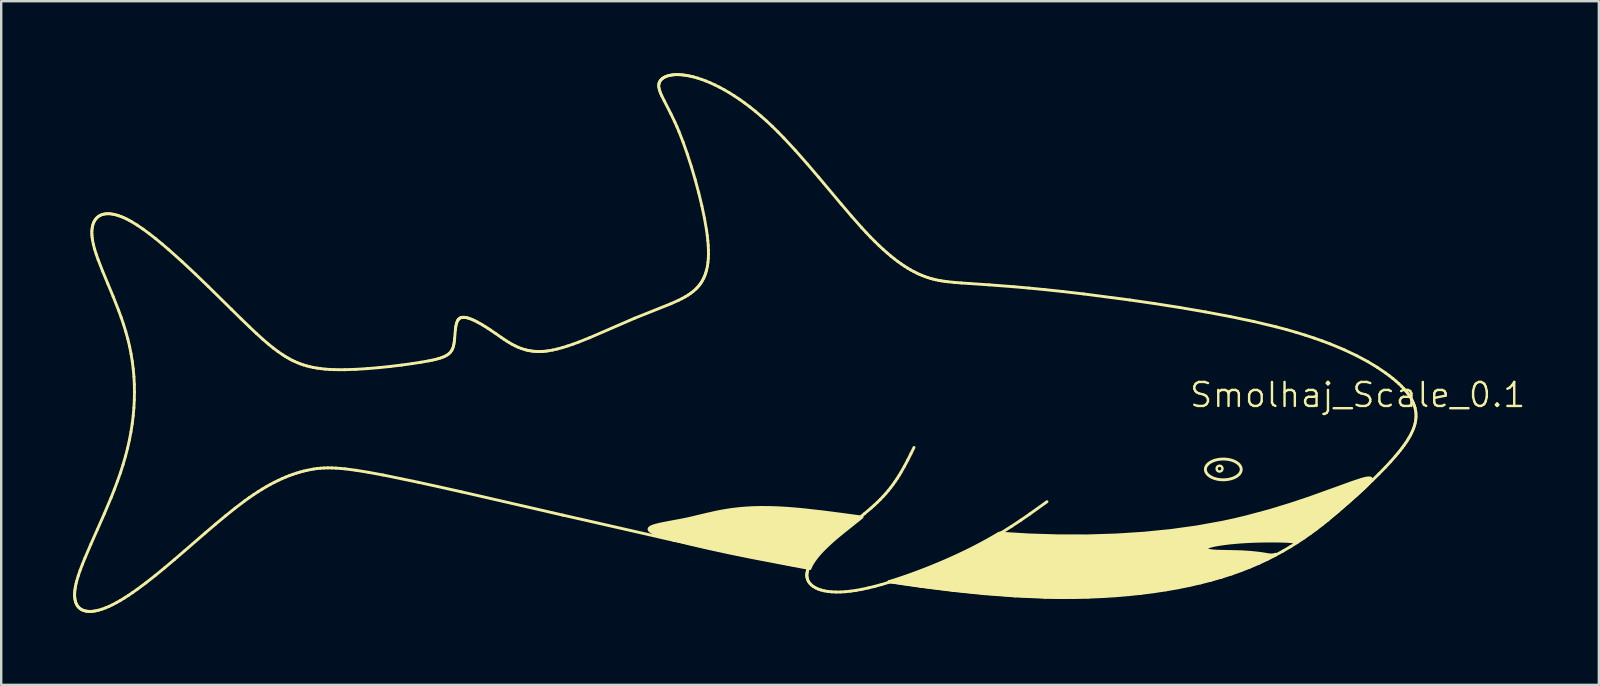
<source format=kicad_pcb>
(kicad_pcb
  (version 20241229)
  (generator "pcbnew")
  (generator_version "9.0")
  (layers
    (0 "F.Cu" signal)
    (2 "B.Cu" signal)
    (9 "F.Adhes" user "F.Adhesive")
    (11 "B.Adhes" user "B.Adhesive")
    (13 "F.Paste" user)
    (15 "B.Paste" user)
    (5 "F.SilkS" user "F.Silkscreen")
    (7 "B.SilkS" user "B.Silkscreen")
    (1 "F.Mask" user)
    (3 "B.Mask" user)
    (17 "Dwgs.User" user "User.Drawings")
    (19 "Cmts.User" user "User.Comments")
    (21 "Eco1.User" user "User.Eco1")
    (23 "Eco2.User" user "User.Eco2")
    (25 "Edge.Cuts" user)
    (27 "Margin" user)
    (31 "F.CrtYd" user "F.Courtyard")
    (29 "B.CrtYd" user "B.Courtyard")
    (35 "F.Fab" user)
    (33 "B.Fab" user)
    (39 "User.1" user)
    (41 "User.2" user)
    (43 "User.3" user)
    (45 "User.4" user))
  (footprint "Smolhaj_Scale_0.1"
    (layer "F.Cu")
    (at 55.957 14.324)
    (property "Reference" "Smolhaj_Scale_0.1" (at -2.43 -0.916 0) (unlocked yes) (layer "F.SilkS") (effects (font (size 1 1) (thickness 0.1))))
    (attr exclude_from_pos_files exclude_from_bom allow_missing_courtyard)
    (private_layers "User.2")
    (fp_line (start -55.897 7.382) (end -55.897 7.456) (stroke (width 0.12) (type default)) (layer "F.SilkS"))
    (fp_line (start -55.897 7.456) (end -55.892 7.526) (stroke (width 0.12) (type default)) (layer "F.SilkS"))
    (fp_line (start -55.893 7.304) (end -55.897 7.382) (stroke (width 0.12) (type default)) (layer "F.SilkS"))
    (fp_line (start -55.892 7.526) (end -55.884 7.591) (stroke (width 0.12) (type default)) (layer "F.SilkS"))
    (fp_line (start -55.886 7.221) (end -55.893 7.304) (stroke (width 0.12) (type default)) (layer "F.SilkS"))
    (fp_line (start -55.884 7.591) (end -55.872 7.652) (stroke (width 0.12) (type default)) (layer "F.SilkS"))
    (fp_line (start -55.874 7.134) (end -55.886 7.221) (stroke (width 0.12) (type default)) (layer "F.SilkS"))
    (fp_line (start -55.872 7.652) (end -55.857 7.709) (stroke (width 0.12) (type default)) (layer "F.SilkS"))
    (fp_line (start -55.858 7.042) (end -55.874 7.134) (stroke (width 0.12) (type default)) (layer "F.SilkS"))
    (fp_line (start -55.857 7.709) (end -55.838 7.762) (stroke (width 0.12) (type default)) (layer "F.SilkS"))
    (fp_line (start -55.838 7.762) (end -55.816 7.81) (stroke (width 0.12) (type default)) (layer "F.SilkS"))
    (fp_line (start -55.837 6.945) (end -55.858 7.042) (stroke (width 0.12) (type default)) (layer "F.SilkS"))
    (fp_line (start -55.816 7.81) (end -55.791 7.855) (stroke (width 0.12) (type default)) (layer "F.SilkS"))
    (fp_line (start -55.812 6.844) (end -55.837 6.945) (stroke (width 0.12) (type default)) (layer "F.SilkS"))
    (fp_line (start -55.791 7.855) (end -55.762 7.896) (stroke (width 0.12) (type default)) (layer "F.SilkS"))
    (fp_line (start -55.762 7.896) (end -55.73 7.933) (stroke (width 0.12) (type default)) (layer "F.SilkS"))
    (fp_line (start -55.749 6.628) (end -55.812 6.844) (stroke (width 0.12) (type default)) (layer "F.SilkS"))
    (fp_line (start -55.73 7.933) (end -55.696 7.966) (stroke (width 0.12) (type default)) (layer "F.SilkS"))
    (fp_line (start -55.696 7.966) (end -55.658 7.996) (stroke (width 0.12) (type default)) (layer "F.SilkS"))
    (fp_line (start -55.669 6.394) (end -55.749 6.628) (stroke (width 0.12) (type default)) (layer "F.SilkS"))
    (fp_line (start -55.658 7.996) (end -55.618 8.022) (stroke (width 0.12) (type default)) (layer "F.SilkS"))
    (fp_line (start -55.618 8.022) (end -55.575 8.044) (stroke (width 0.12) (type default)) (layer "F.SilkS"))
    (fp_line (start -55.575 8.044) (end -55.529 8.063) (stroke (width 0.12) (type default)) (layer "F.SilkS"))
    (fp_line (start -55.574 6.143) (end -55.669 6.394) (stroke (width 0.12) (type default)) (layer "F.SilkS"))
    (fp_line (start -55.529 8.063) (end -55.481 8.078) (stroke (width 0.12) (type default)) (layer "F.SilkS"))
    (fp_line (start -55.481 8.078) (end -55.431 8.09) (stroke (width 0.12) (type default)) (layer "F.SilkS"))
    (fp_line (start -55.466 5.877) (end -55.574 6.143) (stroke (width 0.12) (type default)) (layer "F.SilkS"))
    (fp_line (start -55.431 8.09) (end -55.379 8.098) (stroke (width 0.12) (type default)) (layer "F.SilkS"))
    (fp_line (start -55.379 8.098) (end -55.324 8.103) (stroke (width 0.12) (type default)) (layer "F.SilkS"))
    (fp_line (start -55.324 8.103) (end -55.267 8.105) (stroke (width 0.12) (type default)) (layer "F.SilkS"))
    (fp_line (start -55.267 8.105) (end -55.209 8.104) (stroke (width 0.12) (type default)) (layer "F.SilkS"))
    (fp_line (start -55.221 5.306) (end -55.466 5.877) (stroke (width 0.12) (type default)) (layer "F.SilkS"))
    (fp_line (start -55.209 8.104) (end -55.148 8.099) (stroke (width 0.12) (type default)) (layer "F.SilkS"))
    (fp_line (start -55.179 -7.647) (end -55.175 -7.563) (stroke (width 0.12) (type default)) (layer "F.SilkS"))
    (fp_line (start -55.179 -7.728) (end -55.179 -7.647) (stroke (width 0.12) (type default)) (layer "F.SilkS"))
    (fp_line (start -55.175 -7.563) (end -55.167 -7.475) (stroke (width 0.12) (type default)) (layer "F.SilkS"))
    (fp_line (start -55.174 -7.805) (end -55.179 -7.728) (stroke (width 0.12) (type default)) (layer "F.SilkS"))
    (fp_line (start -55.167 -7.475) (end -55.155 -7.384) (stroke (width 0.12) (type default)) (layer "F.SilkS"))
    (fp_line (start -55.165 -7.879) (end -55.174 -7.805) (stroke (width 0.12) (type default)) (layer "F.SilkS"))
    (fp_line (start -55.155 -7.384) (end -55.117 -7.194) (stroke (width 0.12) (type default)) (layer "F.SilkS"))
    (fp_line (start -55.152 -7.949) (end -55.165 -7.879) (stroke (width 0.12) (type default)) (layer "F.SilkS"))
    (fp_line (start -55.148 8.099) (end -55.086 8.092) (stroke (width 0.12) (type default)) (layer "F.SilkS"))
    (fp_line (start -55.135 -8.015) (end -55.152 -7.949) (stroke (width 0.12) (type default)) (layer "F.SilkS"))
    (fp_line (start -55.117 -7.194) (end -55.064 -6.991) (stroke (width 0.12) (type default)) (layer "F.SilkS"))
    (fp_line (start -55.113 -8.077) (end -55.135 -8.015) (stroke (width 0.12) (type default)) (layer "F.SilkS"))
    (fp_line (start -55.088 -8.135) (end -55.113 -8.077) (stroke (width 0.12) (type default)) (layer "F.SilkS"))
    (fp_line (start -55.086 8.092) (end -55.023 8.081) (stroke (width 0.12) (type default)) (layer "F.SilkS"))
    (fp_line (start -55.064 -6.991) (end -54.997 -6.777) (stroke (width 0.12) (type default)) (layer "F.SilkS"))
    (fp_line (start -55.058 -8.188) (end -55.088 -8.135) (stroke (width 0.12) (type default)) (layer "F.SilkS"))
    (fp_line (start -55.024 -8.238) (end -55.058 -8.188) (stroke (width 0.12) (type default)) (layer "F.SilkS"))
    (fp_line (start -55.023 8.081) (end -54.957 8.068) (stroke (width 0.12) (type default)) (layer "F.SilkS"))
    (fp_line (start -54.997 -6.777) (end -54.918 -6.553) (stroke (width 0.12) (type default)) (layer "F.SilkS"))
    (fp_line (start -54.986 -8.282) (end -55.024 -8.238) (stroke (width 0.12) (type default)) (layer "F.SilkS"))
    (fp_line (start -54.957 8.068) (end -54.891 8.051) (stroke (width 0.12) (type default)) (layer "F.SilkS"))
    (fp_line (start -54.948 4.689) (end -55.221 5.306) (stroke (width 0.12) (type default)) (layer "F.SilkS"))
    (fp_line (start -54.945 -8.323) (end -54.986 -8.282) (stroke (width 0.12) (type default)) (layer "F.SilkS"))
    (fp_line (start -54.918 -6.553) (end -54.731 -6.074) (stroke (width 0.12) (type default)) (layer "F.SilkS"))
    (fp_line (start -54.899 -8.358) (end -54.945 -8.323) (stroke (width 0.12) (type default)) (layer "F.SilkS"))
    (fp_line (start -54.891 8.051) (end -54.753 8.01) (stroke (width 0.12) (type default)) (layer "F.SilkS"))
    (fp_line (start -54.849 -8.389) (end -54.899 -8.358) (stroke (width 0.12) (type default)) (layer "F.SilkS"))
    (fp_line (start -54.795 -8.415) (end -54.849 -8.389) (stroke (width 0.12) (type default)) (layer "F.SilkS"))
    (fp_line (start -54.753 8.01) (end -54.611 7.958) (stroke (width 0.12) (type default)) (layer "F.SilkS"))
    (fp_line (start -54.737 -8.436) (end -54.795 -8.415) (stroke (width 0.12) (type default)) (layer "F.SilkS"))
    (fp_line (start -54.731 -6.074) (end -54.518 -5.561) (stroke (width 0.12) (type default)) (layer "F.SilkS"))
    (fp_line (start -54.675 -8.451) (end -54.737 -8.436) (stroke (width 0.12) (type default)) (layer "F.SilkS"))
    (fp_line (start -54.661 4.038) (end -54.948 4.689) (stroke (width 0.12) (type default)) (layer "F.SilkS"))
    (fp_line (start -54.611 7.958) (end -54.463 7.896) (stroke (width 0.12) (type default)) (layer "F.SilkS"))
    (fp_line (start -54.61 -8.462) (end -54.675 -8.451) (stroke (width 0.12) (type default)) (layer "F.SilkS"))
    (fp_line (start -54.54 -8.467) (end -54.61 -8.462) (stroke (width 0.12) (type default)) (layer "F.SilkS"))
    (fp_line (start -54.518 -5.561) (end -54.292 -5.017) (stroke (width 0.12) (type default)) (layer "F.SilkS"))
    (fp_line (start -54.467 -8.467) (end -54.54 -8.467) (stroke (width 0.12) (type default)) (layer "F.SilkS"))
    (fp_line (start -54.463 7.896) (end -54.311 7.823) (stroke (width 0.12) (type default)) (layer "F.SilkS"))
    (fp_line (start -54.389 -8.461) (end -54.467 -8.467) (stroke (width 0.12) (type default)) (layer "F.SilkS"))
    (fp_line (start -54.377 3.364) (end -54.661 4.038) (stroke (width 0.12) (type default)) (layer "F.SilkS"))
    (fp_line (start -54.311 7.823) (end -54.154 7.74) (stroke (width 0.12) (type default)) (layer "F.SilkS"))
    (fp_line (start -54.308 -8.449) (end -54.389 -8.461) (stroke (width 0.12) (type default)) (layer "F.SilkS"))
    (fp_line (start -54.292 -5.017) (end -54.067 -4.447) (stroke (width 0.12) (type default)) (layer "F.SilkS"))
    (fp_line (start -54.241 3.021) (end -54.377 3.364) (stroke (width 0.12) (type default)) (layer "F.SilkS"))
    (fp_line (start -54.223 -8.431) (end -54.308 -8.449) (stroke (width 0.12) (type default)) (layer "F.SilkS"))
    (fp_line (start -54.154 7.74) (end -53.992 7.648) (stroke (width 0.12) (type default)) (layer "F.SilkS"))
    (fp_line (start -54.134 -8.408) (end -54.223 -8.431) (stroke (width 0.12) (type default)) (layer "F.SilkS"))
    (fp_line (start -54.111 2.675) (end -54.241 3.021) (stroke (width 0.12) (type default)) (layer "F.SilkS"))
    (fp_line (start -54.067 -4.447) (end -53.96 -4.154) (stroke (width 0.12) (type default)) (layer "F.SilkS"))
    (fp_line (start -54.042 -8.378) (end -54.134 -8.408) (stroke (width 0.12) (type default)) (layer "F.SilkS"))
    (fp_line (start -53.992 7.648) (end -53.826 7.547) (stroke (width 0.12) (type default)) (layer "F.SilkS"))
    (fp_line (start -53.989 2.33) (end -54.111 2.675) (stroke (width 0.12) (type default)) (layer "F.SilkS"))
    (fp_line (start -53.96 -4.154) (end -53.859 -3.856) (stroke (width 0.12) (type default)) (layer "F.SilkS"))
    (fp_line (start -53.946 -8.343) (end -54.042 -8.378) (stroke (width 0.12) (type default)) (layer "F.SilkS"))
    (fp_line (start -53.878 1.984) (end -53.989 2.33) (stroke (width 0.12) (type default)) (layer "F.SilkS"))
    (fp_line (start -53.859 -3.856) (end -53.766 -3.554) (stroke (width 0.12) (type default)) (layer "F.SilkS"))
    (fp_line (start -53.846 -8.301) (end -53.946 -8.343) (stroke (width 0.12) (type default)) (layer "F.SilkS"))
    (fp_line (start -53.826 7.547) (end -53.655 7.437) (stroke (width 0.12) (type default)) (layer "F.SilkS"))
    (fp_line (start -53.778 1.64) (end -53.878 1.984) (stroke (width 0.12) (type default)) (layer "F.SilkS"))
    (fp_line (start -53.766 -3.554) (end -53.681 -3.249) (stroke (width 0.12) (type default)) (layer "F.SilkS"))
    (fp_line (start -53.742 -8.253) (end -53.846 -8.301) (stroke (width 0.12) (type default)) (layer "F.SilkS"))
    (fp_line (start -53.69 1.299) (end -53.778 1.64) (stroke (width 0.12) (type default)) (layer "F.SilkS"))
    (fp_line (start -53.681 -3.249) (end -53.608 -2.941) (stroke (width 0.12) (type default)) (layer "F.SilkS"))
    (fp_line (start -53.655 7.437) (end -53.48 7.318) (stroke (width 0.12) (type default)) (layer "F.SilkS"))
    (fp_line (start -53.635 -8.198) (end -53.742 -8.253) (stroke (width 0.12) (type default)) (layer "F.SilkS"))
    (fp_line (start -53.614 0.959) (end -53.69 1.299) (stroke (width 0.12) (type default)) (layer "F.SilkS"))
    (fp_line (start -53.608 -2.941) (end -53.546 -2.63) (stroke (width 0.12) (type default)) (layer "F.SilkS"))
    (fp_line (start -53.549 0.621) (end -53.614 0.959) (stroke (width 0.12) (type default)) (layer "F.SilkS"))
    (fp_line (start -53.546 -2.63) (end -53.495 -2.316) (stroke (width 0.12) (type default)) (layer "F.SilkS"))
    (fp_line (start -53.524 -8.136) (end -53.635 -8.198) (stroke (width 0.12) (type default)) (layer "F.SilkS"))
    (fp_line (start -53.497 0.285) (end -53.549 0.621) (stroke (width 0.12) (type default)) (layer "F.SilkS"))
    (fp_line (start -53.495 -2.316) (end -53.455 -2) (stroke (width 0.12) (type default)) (layer "F.SilkS"))
    (fp_line (start -53.48 7.318) (end -53.301 7.192) (stroke (width 0.12) (type default)) (layer "F.SilkS"))
    (fp_line (start -53.456 -0.048) (end -53.497 0.285) (stroke (width 0.12) (type default)) (layer "F.SilkS"))
    (fp_line (start -53.455 -2) (end -53.426 -1.681) (stroke (width 0.12) (type default)) (layer "F.SilkS"))
    (fp_line (start -53.427 -0.379) (end -53.456 -0.048) (stroke (width 0.12) (type default)) (layer "F.SilkS"))
    (fp_line (start -53.426 -1.681) (end -53.409 -1.359) (stroke (width 0.12) (type default)) (layer "F.SilkS"))
    (fp_line (start -53.41 -0.708) (end -53.427 -0.379) (stroke (width 0.12) (type default)) (layer "F.SilkS"))
    (fp_line (start -53.409 -1.359) (end -53.404 -1.035) (stroke (width 0.12) (type default)) (layer "F.SilkS"))
    (fp_line (start -53.404 -1.035) (end -53.41 -0.708) (stroke (width 0.12) (type default)) (layer "F.SilkS"))
    (fp_line (start -53.301 7.192) (end -52.93 6.917) (stroke (width 0.12) (type default)) (layer "F.SilkS"))
    (fp_line (start -53.292 -7.994) (end -53.524 -8.136) (stroke (width 0.12) (type default)) (layer "F.SilkS"))
    (fp_line (start -53.047 -7.827) (end -53.292 -7.994) (stroke (width 0.12) (type default)) (layer "F.SilkS"))
    (fp_line (start -52.93 6.917) (end -52.545 6.614) (stroke (width 0.12) (type default)) (layer "F.SilkS"))
    (fp_line (start -52.791 -7.639) (end -53.047 -7.827) (stroke (width 0.12) (type default)) (layer "F.SilkS"))
    (fp_line (start -52.545 6.614) (end -52.145 6.287) (stroke (width 0.12) (type default)) (layer "F.SilkS"))
    (fp_line (start -52.526 -7.432) (end -52.791 -7.639) (stroke (width 0.12) (type default)) (layer "F.SilkS"))
    (fp_line (start -52.255 -7.209) (end -52.526 -7.432) (stroke (width 0.12) (type default)) (layer "F.SilkS"))
    (fp_line (start -52.145 6.287) (end -51.733 5.939) (stroke (width 0.12) (type default)) (layer "F.SilkS"))
    (fp_line (start -51.979 -6.973) (end -52.255 -7.209) (stroke (width 0.12) (type default)) (layer "F.SilkS"))
    (fp_line (start -51.733 5.939) (end -51.311 5.576) (stroke (width 0.12) (type default)) (layer "F.SilkS"))
    (fp_line (start -51.418 -6.471) (end -51.979 -6.973) (stroke (width 0.12) (type default)) (layer "F.SilkS"))
    (fp_line (start -51.311 5.576) (end -50.456 4.836) (stroke (width 0.12) (type default)) (layer "F.SilkS"))
    (fp_line (start -50.861 -5.949) (end -51.418 -6.471) (stroke (width 0.12) (type default)) (layer "F.SilkS"))
    (fp_line (start -50.456 4.836) (end -50.031 4.473) (stroke (width 0.12) (type default)) (layer "F.SilkS"))
    (fp_line (start -50.321 -5.428) (end -50.861 -5.949) (stroke (width 0.12) (type default)) (layer "F.SilkS"))
    (fp_line (start -50.031 4.473) (end -49.613 4.125) (stroke (width 0.12) (type default)) (layer "F.SilkS"))
    (fp_line (start -49.613 4.125) (end -49.206 3.799) (stroke (width 0.12) (type default)) (layer "F.SilkS"))
    (fp_line (start -49.356 -4.477) (end -50.321 -5.428) (stroke (width 0.12) (type default)) (layer "F.SilkS"))
    (fp_line (start -49.206 3.799) (end -48.813 3.501) (stroke (width 0.12) (type default)) (layer "F.SilkS"))
    (fp_line (start -48.957 -4.085) (end -49.356 -4.477) (stroke (width 0.12) (type default)) (layer "F.SilkS"))
    (fp_line (start -48.813 3.501) (end -48.624 3.366) (stroke (width 0.12) (type default)) (layer "F.SilkS"))
    (fp_line (start -48.624 3.366) (end -48.439 3.239) (stroke (width 0.12) (type default)) (layer "F.SilkS"))
    (fp_line (start -48.613 -3.753) (end -48.957 -4.085) (stroke (width 0.12) (type default)) (layer "F.SilkS"))
    (fp_line (start -48.439 3.239) (end -48.258 3.12) (stroke (width 0.12) (type default)) (layer "F.SilkS"))
    (fp_line (start -48.316 -3.472) (end -48.613 -3.753) (stroke (width 0.12) (type default)) (layer "F.SilkS"))
    (fp_line (start -48.258 3.12) (end -48.082 3.01) (stroke (width 0.12) (type default)) (layer "F.SilkS"))
    (fp_line (start -48.082 3.01) (end -47.91 2.908) (stroke (width 0.12) (type default)) (layer "F.SilkS"))
    (fp_line (start -48.056 -3.236) (end -48.316 -3.472) (stroke (width 0.12) (type default)) (layer "F.SilkS"))
    (fp_line (start -47.91 2.908) (end -47.741 2.813) (stroke (width 0.12) (type default)) (layer "F.SilkS"))
    (fp_line (start -47.826 -3.038) (end -48.056 -3.236) (stroke (width 0.12) (type default)) (layer "F.SilkS"))
    (fp_line (start -47.741 2.813) (end -47.576 2.726) (stroke (width 0.12) (type default)) (layer "F.SilkS"))
    (fp_line (start -47.617 -2.869) (end -47.826 -3.038) (stroke (width 0.12) (type default)) (layer "F.SilkS"))
    (fp_line (start -47.576 2.726) (end -47.414 2.646) (stroke (width 0.12) (type default)) (layer "F.SilkS"))
    (fp_line (start -47.421 -2.722) (end -47.617 -2.869) (stroke (width 0.12) (type default)) (layer "F.SilkS"))
    (fp_line (start -47.414 2.646) (end -47.256 2.573) (stroke (width 0.12) (type default)) (layer "F.SilkS"))
    (fp_line (start -47.256 2.573) (end -47.1 2.506) (stroke (width 0.12) (type default)) (layer "F.SilkS"))
    (fp_line (start -47.228 -2.591) (end -47.421 -2.722) (stroke (width 0.12) (type default)) (layer "F.SilkS"))
    (fp_line (start -47.131 -2.529) (end -47.228 -2.591) (stroke (width 0.12) (type default)) (layer "F.SilkS"))
    (fp_line (start -47.1 2.506) (end -46.948 2.445) (stroke (width 0.12) (type default)) (layer "F.SilkS"))
    (fp_line (start -47.032 -2.469) (end -47.131 -2.529) (stroke (width 0.12) (type default)) (layer "F.SilkS"))
    (fp_line (start -46.948 2.445) (end -46.798 2.391) (stroke (width 0.12) (type default)) (layer "F.SilkS"))
    (fp_line (start -46.93 -2.412) (end -47.032 -2.469) (stroke (width 0.12) (type default)) (layer "F.SilkS"))
    (fp_line (start -46.826 -2.357) (end -46.93 -2.412) (stroke (width 0.12) (type default)) (layer "F.SilkS"))
    (fp_line (start -46.798 2.391) (end -46.65 2.342) (stroke (width 0.12) (type default)) (layer "F.SilkS"))
    (fp_line (start -46.717 -2.305) (end -46.826 -2.357) (stroke (width 0.12) (type default)) (layer "F.SilkS"))
    (fp_line (start -46.65 2.342) (end -46.505 2.298) (stroke (width 0.12) (type default)) (layer "F.SilkS"))
    (fp_line (start -46.604 -2.256) (end -46.717 -2.305) (stroke (width 0.12) (type default)) (layer "F.SilkS"))
    (fp_line (start -46.505 2.298) (end -46.361 2.259) (stroke (width 0.12) (type default)) (layer "F.SilkS"))
    (fp_line (start -46.485 -2.209) (end -46.604 -2.256) (stroke (width 0.12) (type default)) (layer "F.SilkS"))
    (fp_line (start -46.361 2.259) (end -46.22 2.226) (stroke (width 0.12) (type default)) (layer "F.SilkS"))
    (fp_line (start -46.361 -2.167) (end -46.485 -2.209) (stroke (width 0.12) (type default)) (layer "F.SilkS"))
    (fp_line (start -46.23 -2.128) (end -46.361 -2.167) (stroke (width 0.12) (type default)) (layer "F.SilkS"))
    (fp_line (start -46.22 2.226) (end -45.939 2.172) (stroke (width 0.12) (type default)) (layer "F.SilkS"))
    (fp_line (start -46.092 -2.092) (end -46.23 -2.128) (stroke (width 0.12) (type default)) (layer "F.SilkS"))
    (fp_line (start -45.946 -2.061) (end -46.092 -2.092) (stroke (width 0.12) (type default)) (layer "F.SilkS"))
    (fp_line (start -45.939 2.172) (end -45.798 2.152) (stroke (width 0.12) (type default)) (layer "F.SilkS"))
    (fp_line (start -45.798 2.152) (end -45.653 2.138) (stroke (width 0.12) (type default)) (layer "F.SilkS"))
    (fp_line (start -45.791 -2.034) (end -45.946 -2.061) (stroke (width 0.12) (type default)) (layer "F.SilkS"))
    (fp_line (start -45.653 2.138) (end -45.503 2.128) (stroke (width 0.12) (type default)) (layer "F.SilkS"))
    (fp_line (start -45.627 -2.011) (end -45.791 -2.034) (stroke (width 0.12) (type default)) (layer "F.SilkS"))
    (fp_line (start -45.503 2.128) (end -45.346 2.124) (stroke (width 0.12) (type default)) (layer "F.SilkS"))
    (fp_line (start -45.453 -1.992) (end -45.627 -2.011) (stroke (width 0.12) (type default)) (layer "F.SilkS"))
    (fp_line (start -45.346 2.124) (end -45.182 2.126) (stroke (width 0.12) (type default)) (layer "F.SilkS"))
    (fp_line (start -45.269 -1.979) (end -45.453 -1.992) (stroke (width 0.12) (type default)) (layer "F.SilkS"))
    (fp_line (start -45.182 2.126) (end -45.007 2.133) (stroke (width 0.12) (type default)) (layer "F.SilkS"))
    (fp_line (start -45.073 -1.97) (end -45.269 -1.979) (stroke (width 0.12) (type default)) (layer "F.SilkS"))
    (fp_line (start -45.007 2.133) (end -44.821 2.146) (stroke (width 0.12) (type default)) (layer "F.SilkS"))
    (fp_line (start -44.821 2.146) (end -44.622 2.165) (stroke (width 0.12) (type default)) (layer "F.SilkS"))
    (fp_line (start -44.647 -1.968) (end -45.073 -1.97) (stroke (width 0.12) (type default)) (layer "F.SilkS"))
    (fp_line (start -44.622 2.165) (end -44.177 2.223) (stroke (width 0.12) (type default)) (layer "F.SilkS"))
    (fp_line (start -44.187 -1.983) (end -44.647 -1.968) (stroke (width 0.12) (type default)) (layer "F.SilkS"))
    (fp_line (start -44.177 2.223) (end -43.66 2.307) (stroke (width 0.12) (type default)) (layer "F.SilkS"))
    (fp_line (start -43.705 -2.013) (end -44.187 -1.983) (stroke (width 0.12) (type default)) (layer "F.SilkS"))
    (fp_line (start -43.66 2.307) (end -43.058 2.418) (stroke (width 0.12) (type default)) (layer "F.SilkS"))
    (fp_line (start -43.216 -2.054) (end -43.705 -2.013) (stroke (width 0.12) (type default)) (layer "F.SilkS"))
    (fp_line (start -43.058 2.418) (end -41.575 2.724) (stroke (width 0.12) (type default)) (layer "F.SilkS"))
    (fp_line (start -42.734 -2.105) (end -43.216 -2.054) (stroke (width 0.12) (type default)) (layer "F.SilkS"))
    (fp_line (start -42.271 -2.161) (end -42.734 -2.105) (stroke (width 0.12) (type default)) (layer "F.SilkS"))
    (fp_line (start -41.842 -2.22) (end -42.271 -2.161) (stroke (width 0.12) (type default)) (layer "F.SilkS"))
    (fp_line (start -41.575 2.724) (end -39.778 3.122) (stroke (width 0.12) (type default)) (layer "F.SilkS"))
    (fp_line (start -41.46 -2.28) (end -41.842 -2.22) (stroke (width 0.12) (type default)) (layer "F.SilkS"))
    (fp_line (start -41.135 -2.337) (end -41.46 -2.28) (stroke (width 0.12) (type default)) (layer "F.SilkS"))
    (fp_line (start -40.993 -2.366) (end -41.135 -2.337) (stroke (width 0.12) (type default)) (layer "F.SilkS"))
    (fp_line (start -40.865 -2.395) (end -40.993 -2.366) (stroke (width 0.12) (type default)) (layer "F.SilkS"))
    (fp_line (start -40.75 -2.425) (end -40.865 -2.395) (stroke (width 0.12) (type default)) (layer "F.SilkS"))
    (fp_line (start -40.646 -2.457) (end -40.75 -2.425) (stroke (width 0.12) (type default)) (layer "F.SilkS"))
    (fp_line (start -40.553 -2.491) (end -40.646 -2.457) (stroke (width 0.12) (type default)) (layer "F.SilkS"))
    (fp_line (start -40.471 -2.527) (end -40.553 -2.491) (stroke (width 0.12) (type default)) (layer "F.SilkS"))
    (fp_line (start -40.398 -2.565) (end -40.471 -2.527) (stroke (width 0.12) (type default)) (layer "F.SilkS"))
    (fp_line (start -40.335 -2.607) (end -40.398 -2.565) (stroke (width 0.12) (type default)) (layer "F.SilkS"))
    (fp_line (start -40.281 -2.652) (end -40.335 -2.607) (stroke (width 0.12) (type default)) (layer "F.SilkS"))
    (fp_line (start -40.234 -2.701) (end -40.281 -2.652) (stroke (width 0.12) (type default)) (layer "F.SilkS"))
    (fp_line (start -40.194 -2.755) (end -40.234 -2.701) (stroke (width 0.12) (type default)) (layer "F.SilkS"))
    (fp_line (start -40.161 -2.814) (end -40.194 -2.755) (stroke (width 0.12) (type default)) (layer "F.SilkS"))
    (fp_line (start -40.134 -2.878) (end -40.161 -2.814) (stroke (width 0.12) (type default)) (layer "F.SilkS"))
    (fp_line (start -40.112 -2.947) (end -40.134 -2.878) (stroke (width 0.12) (type default)) (layer "F.SilkS"))
    (fp_line (start -40.094 -3.023) (end -40.112 -2.947) (stroke (width 0.12) (type default)) (layer "F.SilkS"))
    (fp_line (start -40.081 -3.103) (end -40.094 -3.023) (stroke (width 0.12) (type default)) (layer "F.SilkS"))
    (fp_line (start -40.07 -3.188) (end -40.081 -3.103) (stroke (width 0.12) (type default)) (layer "F.SilkS"))
    (fp_line (start -40.061 -3.275) (end -40.07 -3.188) (stroke (width 0.12) (type default)) (layer "F.SilkS"))
    (fp_line (start -40.031 -3.629) (end -40.061 -3.275) (stroke (width 0.12) (type default)) (layer "F.SilkS"))
    (fp_line (start -40.021 -3.713) (end -40.031 -3.629) (stroke (width 0.12) (type default)) (layer "F.SilkS"))
    (fp_line (start -40.008 -3.793) (end -40.021 -3.713) (stroke (width 0.12) (type default)) (layer "F.SilkS"))
    (fp_line (start -39.992 -3.867) (end -40.008 -3.793) (stroke (width 0.12) (type default)) (layer "F.SilkS"))
    (fp_line (start -39.971 -3.936) (end -39.992 -3.867) (stroke (width 0.12) (type default)) (layer "F.SilkS"))
    (fp_line (start -39.946 -3.996) (end -39.971 -3.936) (stroke (width 0.12) (type default)) (layer "F.SilkS"))
    (fp_line (start -39.931 -4.024) (end -39.946 -3.996) (stroke (width 0.12) (type default)) (layer "F.SilkS"))
    (fp_line (start -39.914 -4.049) (end -39.931 -4.024) (stroke (width 0.12) (type default)) (layer "F.SilkS"))
    (fp_line (start -39.896 -4.071) (end -39.914 -4.049) (stroke (width 0.12) (type default)) (layer "F.SilkS"))
    (fp_line (start -39.876 -4.091) (end -39.896 -4.071) (stroke (width 0.12) (type default)) (layer "F.SilkS"))
    (fp_line (start -39.854 -4.108) (end -39.876 -4.091) (stroke (width 0.12) (type default)) (layer "F.SilkS"))
    (fp_line (start -39.83 -4.123) (end -39.854 -4.108) (stroke (width 0.12) (type default)) (layer "F.SilkS"))
    (fp_line (start -39.804 -4.134) (end -39.83 -4.123) (stroke (width 0.12) (type default)) (layer "F.SilkS"))
    (fp_line (start -39.778 3.122) (end -35.56 4.091) (stroke (width 0.12) (type default)) (layer "F.SilkS"))
    (fp_line (start -39.776 -4.142) (end -39.804 -4.134) (stroke (width 0.12) (type default)) (layer "F.SilkS"))
    (fp_line (start -39.746 -4.148) (end -39.776 -4.142) (stroke (width 0.12) (type default)) (layer "F.SilkS"))
    (fp_line (start -39.714 -4.151) (end -39.746 -4.148) (stroke (width 0.12) (type default)) (layer "F.SilkS"))
    (fp_line (start -39.68 -4.151) (end -39.714 -4.151) (stroke (width 0.12) (type default)) (layer "F.SilkS"))
    (fp_line (start -39.645 -4.149) (end -39.68 -4.151) (stroke (width 0.12) (type default)) (layer "F.SilkS"))
    (fp_line (start -39.608 -4.144) (end -39.645 -4.149) (stroke (width 0.12) (type default)) (layer "F.SilkS"))
    (fp_line (start -39.569 -4.137) (end -39.608 -4.144) (stroke (width 0.12) (type default)) (layer "F.SilkS"))
    (fp_line (start -39.529 -4.127) (end -39.569 -4.137) (stroke (width 0.12) (type default)) (layer "F.SilkS"))
    (fp_line (start -39.487 -4.115) (end -39.529 -4.127) (stroke (width 0.12) (type default)) (layer "F.SilkS"))
    (fp_line (start -39.4 -4.086) (end -39.487 -4.115) (stroke (width 0.12) (type default)) (layer "F.SilkS"))
    (fp_line (start -39.308 -4.048) (end -39.4 -4.086) (stroke (width 0.12) (type default)) (layer "F.SilkS"))
    (fp_line (start -39.211 -4.003) (end -39.308 -4.048) (stroke (width 0.12) (type default)) (layer "F.SilkS"))
    (fp_line (start -39.111 -3.952) (end -39.211 -4.003) (stroke (width 0.12) (type default)) (layer "F.SilkS"))
    (fp_line (start -39.007 -3.895) (end -39.111 -3.952) (stroke (width 0.12) (type default)) (layer "F.SilkS"))
    (fp_line (start -38.9 -3.833) (end -39.007 -3.895) (stroke (width 0.12) (type default)) (layer "F.SilkS"))
    (fp_line (start -38.792 -3.766) (end -38.9 -3.833) (stroke (width 0.12) (type default)) (layer "F.SilkS"))
    (fp_line (start -38.681 -3.696) (end -38.792 -3.766) (stroke (width 0.12) (type default)) (layer "F.SilkS"))
    (fp_line (start -38.57 -3.623) (end -38.681 -3.696) (stroke (width 0.12) (type default)) (layer "F.SilkS"))
    (fp_line (start -38.346 -3.471) (end -38.57 -3.623) (stroke (width 0.12) (type default)) (layer "F.SilkS"))
    (fp_line (start -38.123 -3.316) (end -38.346 -3.471) (stroke (width 0.12) (type default)) (layer "F.SilkS"))
    (fp_line (start -38.011 -3.239) (end -38.123 -3.316) (stroke (width 0.12) (type default)) (layer "F.SilkS"))
    (fp_line (start -37.898 -3.165) (end -38.011 -3.239) (stroke (width 0.12) (type default)) (layer "F.SilkS"))
    (fp_line (start -37.782 -3.093) (end -37.898 -3.165) (stroke (width 0.12) (type default)) (layer "F.SilkS"))
    (fp_line (start -37.664 -3.025) (end -37.782 -3.093) (stroke (width 0.12) (type default)) (layer "F.SilkS"))
    (fp_line (start -37.542 -2.962) (end -37.664 -3.025) (stroke (width 0.12) (type default)) (layer "F.SilkS"))
    (fp_line (start -37.416 -2.904) (end -37.542 -2.962) (stroke (width 0.12) (type default)) (layer "F.SilkS"))
    (fp_line (start -37.285 -2.853) (end -37.416 -2.904) (stroke (width 0.12) (type default)) (layer "F.SilkS"))
    (fp_line (start -37.148 -2.809) (end -37.285 -2.853) (stroke (width 0.12) (type default)) (layer "F.SilkS"))
    (fp_line (start -37.078 -2.79) (end -37.148 -2.809) (stroke (width 0.12) (type default)) (layer "F.SilkS"))
    (fp_line (start -37.006 -2.773) (end -37.078 -2.79) (stroke (width 0.12) (type default)) (layer "F.SilkS"))
    (fp_line (start -36.932 -2.759) (end -37.006 -2.773) (stroke (width 0.12) (type default)) (layer "F.SilkS"))
    (fp_line (start -36.857 -2.747) (end -36.932 -2.759) (stroke (width 0.12) (type default)) (layer "F.SilkS"))
    (fp_line (start -36.779 -2.737) (end -36.857 -2.747) (stroke (width 0.12) (type default)) (layer "F.SilkS"))
    (fp_line (start -36.7 -2.731) (end -36.779 -2.737) (stroke (width 0.12) (type default)) (layer "F.SilkS"))
    (fp_line (start -36.618 -2.727) (end -36.7 -2.731) (stroke (width 0.12) (type default)) (layer "F.SilkS"))
    (fp_line (start -36.535 -2.725) (end -36.618 -2.727) (stroke (width 0.12) (type default)) (layer "F.SilkS"))
    (fp_line (start -36.449 -2.727) (end -36.535 -2.725) (stroke (width 0.12) (type default)) (layer "F.SilkS"))
    (fp_line (start -36.361 -2.732) (end -36.449 -2.727) (stroke (width 0.12) (type default)) (layer "F.SilkS"))
    (fp_line (start -36.27 -2.74) (end -36.361 -2.732) (stroke (width 0.12) (type default)) (layer "F.SilkS"))
    (fp_line (start -36.177 -2.752) (end -36.27 -2.74) (stroke (width 0.12) (type default)) (layer "F.SilkS"))
    (fp_line (start -35.984 -2.785) (end -36.177 -2.752) (stroke (width 0.12) (type default)) (layer "F.SilkS"))
    (fp_line (start -35.781 -2.831) (end -35.984 -2.785) (stroke (width 0.12) (type default)) (layer "F.SilkS"))
    (fp_line (start -35.57 -2.888) (end -35.781 -2.831) (stroke (width 0.12) (type default)) (layer "F.SilkS"))
    (fp_line (start -35.56 4.091) (end -30.929 5.144) (stroke (width 0.12) (type default)) (layer "F.SilkS"))
    (fp_line (start -35.352 -2.956) (end -35.57 -2.888) (stroke (width 0.12) (type default)) (layer "F.SilkS"))
    (fp_line (start -35.128 -3.032) (end -35.352 -2.956) (stroke (width 0.12) (type default)) (layer "F.SilkS"))
    (fp_line (start -34.899 -3.116) (end -35.128 -3.032) (stroke (width 0.12) (type default)) (layer "F.SilkS"))
    (fp_line (start -34.431 -3.303) (end -34.899 -3.116) (stroke (width 0.12) (type default)) (layer "F.SilkS"))
    (fp_line (start -32.565 -4.112) (end -34.431 -3.303) (stroke (width 0.12) (type default)) (layer "F.SilkS"))
    (fp_line (start -31.556 -13.799) (end -31.55 -13.729) (stroke (width 0.12) (type default)) (layer "F.SilkS"))
    (fp_line (start -31.551 -13.865) (end -31.556 -13.799) (stroke (width 0.12) (type default)) (layer "F.SilkS"))
    (fp_line (start -31.55 -13.729) (end -31.534 -13.653) (stroke (width 0.12) (type default)) (layer "F.SilkS"))
    (fp_line (start -31.544 -13.897) (end -31.551 -13.865) (stroke (width 0.12) (type default)) (layer "F.SilkS"))
    (fp_line (start -31.535 -13.927) (end -31.544 -13.897) (stroke (width 0.12) (type default)) (layer "F.SilkS"))
    (fp_line (start -31.534 -13.653) (end -31.509 -13.571) (stroke (width 0.12) (type default)) (layer "F.SilkS"))
    (fp_line (start -31.523 -13.957) (end -31.535 -13.927) (stroke (width 0.12) (type default)) (layer "F.SilkS"))
    (fp_line (start -31.509 -13.571) (end -31.475 -13.483) (stroke (width 0.12) (type default)) (layer "F.SilkS"))
    (fp_line (start -31.508 -13.985) (end -31.523 -13.957) (stroke (width 0.12) (type default)) (layer "F.SilkS"))
    (fp_line (start -31.49 -14.013) (end -31.508 -13.985) (stroke (width 0.12) (type default)) (layer "F.SilkS"))
    (fp_line (start -31.475 -13.483) (end -31.433 -13.388) (stroke (width 0.12) (type default)) (layer "F.SilkS"))
    (fp_line (start -31.47 -14.039) (end -31.49 -14.013) (stroke (width 0.12) (type default)) (layer "F.SilkS"))
    (fp_line (start -31.447 -14.064) (end -31.47 -14.039) (stroke (width 0.12) (type default)) (layer "F.SilkS"))
    (fp_line (start -31.433 -13.388) (end -31.327 -13.174) (stroke (width 0.12) (type default)) (layer "F.SilkS"))
    (fp_line (start -31.421 -14.088) (end -31.447 -14.064) (stroke (width 0.12) (type default)) (layer "F.SilkS"))
    (fp_line (start -31.393 -14.11) (end -31.421 -14.088) (stroke (width 0.12) (type default)) (layer "F.SilkS"))
    (fp_line (start -31.362 -14.131) (end -31.393 -14.11) (stroke (width 0.12) (type default)) (layer "F.SilkS"))
    (fp_line (start -31.329 -14.151) (end -31.362 -14.131) (stroke (width 0.12) (type default)) (layer "F.SilkS"))
    (fp_line (start -31.327 -13.174) (end -31.049 -12.629) (stroke (width 0.12) (type default)) (layer "F.SilkS"))
    (fp_line (start -31.293 -14.169) (end -31.329 -14.151) (stroke (width 0.12) (type default)) (layer "F.SilkS"))
    (fp_line (start -31.255 -14.186) (end -31.293 -14.169) (stroke (width 0.12) (type default)) (layer "F.SilkS"))
    (fp_line (start -31.215 -14.201) (end -31.255 -14.186) (stroke (width 0.12) (type default)) (layer "F.SilkS"))
    (fp_line (start -31.172 -14.215) (end -31.215 -14.201) (stroke (width 0.12) (type default)) (layer "F.SilkS"))
    (fp_line (start -31.126 -14.227) (end -31.172 -14.215) (stroke (width 0.12) (type default)) (layer "F.SilkS"))
    (fp_line (start -31.079 -14.238) (end -31.126 -14.227) (stroke (width 0.12) (type default)) (layer "F.SilkS"))
    (fp_line (start -31.049 -12.629) (end -30.886 -12.289) (stroke (width 0.12) (type default)) (layer "F.SilkS"))
    (fp_line (start -31.04 -4.721) (end -32.565 -4.112) (stroke (width 0.12) (type default)) (layer "F.SilkS"))
    (fp_line (start -31.029 -14.246) (end -31.079 -14.238) (stroke (width 0.12) (type default)) (layer "F.SilkS"))
    (fp_line (start -30.977 -14.253) (end -31.029 -14.246) (stroke (width 0.12) (type default)) (layer "F.SilkS"))
    (fp_line (start -30.929 5.144) (end -28.482 5.668) (stroke (width 0.12) (type default)) (layer "F.SilkS"))
    (fp_line (start -30.922 -14.259) (end -30.977 -14.253) (stroke (width 0.12) (type default)) (layer "F.SilkS"))
    (fp_line (start -30.886 -12.289) (end -30.801 -12.099) (stroke (width 0.12) (type default)) (layer "F.SilkS"))
    (fp_line (start -30.866 -14.262) (end -30.922 -14.259) (stroke (width 0.12) (type default)) (layer "F.SilkS"))
    (fp_line (start -30.807 -14.264) (end -30.866 -14.262) (stroke (width 0.12) (type default)) (layer "F.SilkS"))
    (fp_line (start -30.801 -12.099) (end -30.715 -11.896) (stroke (width 0.12) (type default)) (layer "F.SilkS"))
    (fp_line (start -30.746 -14.263) (end -30.807 -14.264) (stroke (width 0.12) (type default)) (layer "F.SilkS"))
    (fp_line (start -30.733 -4.859) (end -31.04 -4.721) (stroke (width 0.12) (type default)) (layer "F.SilkS"))
    (fp_line (start -30.715 -11.896) (end -30.54 -11.448) (stroke (width 0.12) (type default)) (layer "F.SilkS"))
    (fp_line (start -30.683 -14.261) (end -30.746 -14.263) (stroke (width 0.12) (type default)) (layer "F.SilkS"))
    (fp_line (start -30.618 -14.257) (end -30.683 -14.261) (stroke (width 0.12) (type default)) (layer "F.SilkS"))
    (fp_line (start -30.592 -4.929) (end -30.733 -4.859) (stroke (width 0.12) (type default)) (layer "F.SilkS"))
    (fp_line (start -30.55 -14.251) (end -30.618 -14.257) (stroke (width 0.12) (type default)) (layer "F.SilkS"))
    (fp_line (start -30.54 -11.448) (end -30.366 -10.955) (stroke (width 0.12) (type default)) (layer "F.SilkS"))
    (fp_line (start -30.481 -14.242) (end -30.55 -14.251) (stroke (width 0.12) (type default)) (layer "F.SilkS"))
    (fp_line (start -30.459 -5.002) (end -30.592 -4.929) (stroke (width 0.12) (type default)) (layer "F.SilkS"))
    (fp_line (start -30.41 -14.232) (end -30.481 -14.242) (stroke (width 0.12) (type default)) (layer "F.SilkS"))
    (fp_line (start -30.366 -10.955) (end -30.197 -10.43) (stroke (width 0.12) (type default)) (layer "F.SilkS"))
    (fp_line (start -30.337 -14.219) (end -30.41 -14.232) (stroke (width 0.12) (type default)) (layer "F.SilkS"))
    (fp_line (start -30.333 -5.078) (end -30.459 -5.002) (stroke (width 0.12) (type default)) (layer "F.SilkS"))
    (fp_line (start -30.262 -14.204) (end -30.337 -14.219) (stroke (width 0.12) (type default)) (layer "F.SilkS"))
    (fp_line (start -30.217 -5.158) (end -30.333 -5.078) (stroke (width 0.12) (type default)) (layer "F.SilkS"))
    (fp_line (start -30.197 -10.43) (end -30.037 -9.886) (stroke (width 0.12) (type default)) (layer "F.SilkS"))
    (fp_line (start -30.185 -14.187) (end -30.262 -14.204) (stroke (width 0.12) (type default)) (layer "F.SilkS"))
    (fp_line (start -30.109 -5.241) (end -30.217 -5.158) (stroke (width 0.12) (type default)) (layer "F.SilkS"))
    (fp_line (start -30.106 -14.168) (end -30.185 -14.187) (stroke (width 0.12) (type default)) (layer "F.SilkS"))
    (fp_line (start -30.037 -9.886) (end -29.89 -9.338) (stroke (width 0.12) (type default)) (layer "F.SilkS"))
    (fp_line (start -30.01 -5.33) (end -30.109 -5.241) (stroke (width 0.12) (type default)) (layer "F.SilkS"))
    (fp_line (start -29.963 -5.377) (end -30.01 -5.33) (stroke (width 0.12) (type default)) (layer "F.SilkS"))
    (fp_line (start -29.943 -14.122) (end -30.106 -14.168) (stroke (width 0.12) (type default)) (layer "F.SilkS"))
    (fp_line (start -29.919 -5.425) (end -29.963 -5.377) (stroke (width 0.12) (type default)) (layer "F.SilkS"))
    (fp_line (start -29.89 -9.338) (end -29.759 -8.797) (stroke (width 0.12) (type default)) (layer "F.SilkS"))
    (fp_line (start -29.878 -5.474) (end -29.919 -5.425) (stroke (width 0.12) (type default)) (layer "F.SilkS"))
    (fp_line (start -29.838 -5.525) (end -29.878 -5.474) (stroke (width 0.12) (type default)) (layer "F.SilkS"))
    (fp_line (start -29.8 -5.578) (end -29.838 -5.525) (stroke (width 0.12) (type default)) (layer "F.SilkS"))
    (fp_line (start -29.774 -14.067) (end -29.943 -14.122) (stroke (width 0.12) (type default)) (layer "F.SilkS"))
    (fp_line (start -29.765 -5.632) (end -29.8 -5.578) (stroke (width 0.12) (type default)) (layer "F.SilkS"))
    (fp_line (start -29.759 -8.797) (end -29.65 -8.277) (stroke (width 0.12) (type default)) (layer "F.SilkS"))
    (fp_line (start -29.732 -5.689) (end -29.765 -5.632) (stroke (width 0.12) (type default)) (layer "F.SilkS"))
    (fp_line (start -29.701 -5.747) (end -29.732 -5.689) (stroke (width 0.12) (type default)) (layer "F.SilkS"))
    (fp_line (start -29.672 -5.806) (end -29.701 -5.747) (stroke (width 0.12) (type default)) (layer "F.SilkS"))
    (fp_line (start -29.65 -8.277) (end -29.566 -7.791) (stroke (width 0.12) (type default)) (layer "F.SilkS"))
    (fp_line (start -29.645 -5.868) (end -29.672 -5.806) (stroke (width 0.12) (type default)) (layer "F.SilkS"))
    (fp_line (start -29.621 -5.931) (end -29.645 -5.868) (stroke (width 0.12) (type default)) (layer "F.SilkS"))
    (fp_line (start -29.598 -5.997) (end -29.621 -5.931) (stroke (width 0.12) (type default)) (layer "F.SilkS"))
    (fp_line (start -29.597 -14.001) (end -29.774 -14.067) (stroke (width 0.12) (type default)) (layer "F.SilkS"))
    (fp_line (start -29.578 -6.064) (end -29.598 -5.997) (stroke (width 0.12) (type default)) (layer "F.SilkS"))
    (fp_line (start -29.566 -7.791) (end -29.535 -7.565) (stroke (width 0.12) (type default)) (layer "F.SilkS"))
    (fp_line (start -29.559 -6.134) (end -29.578 -6.064) (stroke (width 0.12) (type default)) (layer "F.SilkS"))
    (fp_line (start -29.535 -7.565) (end -29.511 -7.35) (stroke (width 0.12) (type default)) (layer "F.SilkS"))
    (fp_line (start -29.528 -6.279) (end -29.559 -6.134) (stroke (width 0.12) (type default)) (layer "F.SilkS"))
    (fp_line (start -29.511 -7.35) (end -29.494 -7.146) (stroke (width 0.12) (type default)) (layer "F.SilkS"))
    (fp_line (start -29.506 -6.433) (end -29.528 -6.279) (stroke (width 0.12) (type default)) (layer "F.SilkS"))
    (fp_line (start -29.494 -7.146) (end -29.486 -6.953) (stroke (width 0.12) (type default)) (layer "F.SilkS"))
    (fp_line (start -29.491 -6.597) (end -29.506 -6.433) (stroke (width 0.12) (type default)) (layer "F.SilkS"))
    (fp_line (start -29.486 -6.953) (end -29.484 -6.77) (stroke (width 0.12) (type default)) (layer "F.SilkS"))
    (fp_line (start -29.484 -6.77) (end -29.491 -6.597) (stroke (width 0.12) (type default)) (layer "F.SilkS"))
    (fp_line (start -29.414 -13.925) (end -29.597 -14.001) (stroke (width 0.12) (type default)) (layer "F.SilkS"))
    (fp_line (start -29.225 -13.839) (end -29.414 -13.925) (stroke (width 0.12) (type default)) (layer "F.SilkS"))
    (fp_line (start -29.03 -13.742) (end -29.225 -13.839) (stroke (width 0.12) (type default)) (layer "F.SilkS"))
    (fp_line (start -28.829 -13.634) (end -29.03 -13.742) (stroke (width 0.12) (type default)) (layer "F.SilkS"))
    (fp_line (start -28.624 -13.514) (end -28.829 -13.634) (stroke (width 0.12) (type default)) (layer "F.SilkS"))
    (fp_line (start -28.482 5.668) (end -25.939 6.176) (stroke (width 0.12) (type default)) (layer "F.SilkS"))
    (fp_line (start -28.413 -13.382) (end -28.624 -13.514) (stroke (width 0.12) (type default)) (layer "F.SilkS"))
    (fp_line (start -28.198 -13.239) (end -28.413 -13.382) (stroke (width 0.12) (type default)) (layer "F.SilkS"))
    (fp_line (start -27.978 -13.083) (end -28.198 -13.239) (stroke (width 0.12) (type default)) (layer "F.SilkS"))
    (fp_line (start -27.754 -12.915) (end -27.978 -13.083) (stroke (width 0.12) (type default)) (layer "F.SilkS"))
    (fp_line (start -27.527 -12.733) (end -27.754 -12.915) (stroke (width 0.12) (type default)) (layer "F.SilkS"))
    (fp_line (start -27.296 -12.538) (end -27.527 -12.733) (stroke (width 0.12) (type default)) (layer "F.SilkS"))
    (fp_line (start -27.061 -12.33) (end -27.296 -12.538) (stroke (width 0.12) (type default)) (layer "F.SilkS"))
    (fp_line (start -26.824 -12.108) (end -27.061 -12.33) (stroke (width 0.12) (type default)) (layer "F.SilkS"))
    (fp_line (start -26.585 -11.872) (end -26.824 -12.108) (stroke (width 0.12) (type default)) (layer "F.SilkS"))
    (fp_line (start -26.343 -11.624) (end -26.585 -11.872) (stroke (width 0.12) (type default)) (layer "F.SilkS"))
    (fp_line (start -25.856 -11.099) (end -26.343 -11.624) (stroke (width 0.12) (type default)) (layer "F.SilkS"))
    (fp_line (start -25.384 6.596) (end -25.383 6.638) (stroke (width 0.12) (type default)) (layer "F.SilkS"))
    (fp_line (start -25.383 6.638) (end -25.378 6.679) (stroke (width 0.12) (type default)) (layer "F.SilkS"))
    (fp_line (start -25.383 6.553) (end -25.384 6.596) (stroke (width 0.12) (type default)) (layer "F.SilkS"))
    (fp_line (start -25.378 6.509) (end -25.383 6.553) (stroke (width 0.12) (type default)) (layer "F.SilkS"))
    (fp_line (start -25.378 6.679) (end -25.37 6.72) (stroke (width 0.12) (type default)) (layer "F.SilkS"))
    (fp_line (start -25.371 6.465) (end -25.378 6.509) (stroke (width 0.12) (type default)) (layer "F.SilkS"))
    (fp_line (start -25.37 6.72) (end -25.345 6.798) (stroke (width 0.12) (type default)) (layer "F.SilkS"))
    (fp_line (start -25.369 -10.546) (end -25.856 -11.099) (stroke (width 0.12) (type default)) (layer "F.SilkS"))
    (fp_line (start -25.361 6.42) (end -25.371 6.465) (stroke (width 0.12) (type default)) (layer "F.SilkS"))
    (fp_line (start -25.347 6.375) (end -25.361 6.42) (stroke (width 0.12) (type default)) (layer "F.SilkS"))
    (fp_line (start -25.345 6.798) (end -25.306 6.873) (stroke (width 0.12) (type default)) (layer "F.SilkS"))
    (fp_line (start -25.331 6.329) (end -25.347 6.375) (stroke (width 0.12) (type default)) (layer "F.SilkS"))
    (fp_line (start -25.313 6.282) (end -25.331 6.329) (stroke (width 0.12) (type default)) (layer "F.SilkS"))
    (fp_line (start -25.306 6.873) (end -25.254 6.943) (stroke (width 0.12) (type default)) (layer "F.SilkS"))
    (fp_line (start -25.292 6.235) (end -25.313 6.282) (stroke (width 0.12) (type default)) (layer "F.SilkS"))
    (fp_line (start -25.268 6.187) (end -25.292 6.235) (stroke (width 0.12) (type default)) (layer "F.SilkS"))
    (fp_line (start -25.254 6.943) (end -25.189 7.009) (stroke (width 0.12) (type default)) (layer "F.SilkS"))
    (fp_line (start -25.213 6.09) (end -25.268 6.187) (stroke (width 0.12) (type default)) (layer "F.SilkS"))
    (fp_line (start -25.189 7.009) (end -25.111 7.069) (stroke (width 0.12) (type default)) (layer "F.SilkS"))
    (fp_line (start -25.148 5.99) (end -25.213 6.09) (stroke (width 0.12) (type default)) (layer "F.SilkS"))
    (fp_line (start -25.111 7.069) (end -25.019 7.124) (stroke (width 0.12) (type default)) (layer "F.SilkS"))
    (fp_line (start -25.075 5.889) (end -25.148 5.99) (stroke (width 0.12) (type default)) (layer "F.SilkS"))
    (fp_line (start -25.019 7.124) (end -24.913 7.172) (stroke (width 0.12) (type default)) (layer "F.SilkS"))
    (fp_line (start -24.993 5.787) (end -25.075 5.889) (stroke (width 0.12) (type default)) (layer "F.SilkS"))
    (fp_line (start -24.913 7.172) (end -24.793 7.213) (stroke (width 0.12) (type default)) (layer "F.SilkS"))
    (fp_line (start -24.903 5.682) (end -24.993 5.787) (stroke (width 0.12) (type default)) (layer "F.SilkS"))
    (fp_line (start -24.887 -9.981) (end -25.369 -10.546) (stroke (width 0.12) (type default)) (layer "F.SilkS"))
    (fp_line (start -24.806 5.577) (end -24.903 5.682) (stroke (width 0.12) (type default)) (layer "F.SilkS"))
    (fp_line (start -24.793 7.213) (end -24.66 7.247) (stroke (width 0.12) (type default)) (layer "F.SilkS"))
    (fp_line (start -24.702 5.471) (end -24.806 5.577) (stroke (width 0.12) (type default)) (layer "F.SilkS"))
    (fp_line (start -24.66 7.247) (end -24.512 7.272) (stroke (width 0.12) (type default)) (layer "F.SilkS"))
    (fp_line (start -24.591 5.363) (end -24.702 5.471) (stroke (width 0.12) (type default)) (layer "F.SilkS"))
    (fp_line (start -24.512 7.272) (end -24.351 7.289) (stroke (width 0.12) (type default)) (layer "F.SilkS"))
    (fp_line (start -24.475 5.255) (end -24.591 5.363) (stroke (width 0.12) (type default)) (layer "F.SilkS"))
    (fp_line (start -24.353 5.146) (end -24.475 5.255) (stroke (width 0.12) (type default)) (layer "F.SilkS"))
    (fp_line (start -24.351 7.289) (end -24.175 7.297) (stroke (width 0.12) (type default)) (layer "F.SilkS"))
    (fp_line (start -24.175 7.297) (end -23.985 7.296) (stroke (width 0.12) (type default)) (layer "F.SilkS"))
    (fp_line (start -24.095 4.927) (end -24.353 5.146) (stroke (width 0.12) (type default)) (layer "F.SilkS"))
    (fp_line (start -23.985 7.296) (end -23.781 7.284) (stroke (width 0.12) (type default)) (layer "F.SilkS"))
    (fp_line (start -23.957 -8.874) (end -24.887 -9.981) (stroke (width 0.12) (type default)) (layer "F.SilkS"))
    (fp_line (start -23.823 4.706) (end -24.095 4.927) (stroke (width 0.12) (type default)) (layer "F.SilkS"))
    (fp_line (start -23.781 7.284) (end -23.562 7.261) (stroke (width 0.12) (type default)) (layer "F.SilkS"))
    (fp_line (start -23.562 7.261) (end -23.328 7.227) (stroke (width 0.12) (type default)) (layer "F.SilkS"))
    (fp_line (start -23.52 -8.361) (end -23.957 -8.874) (stroke (width 0.12) (type default)) (layer "F.SilkS"))
    (fp_line (start -23.328 7.227) (end -23.081 7.182) (stroke (width 0.12) (type default)) (layer "F.SilkS"))
    (fp_line (start -23.259 4.257) (end -23.823 4.706) (stroke (width 0.12) (type default)) (layer "F.SilkS"))
    (fp_line (start -23.108 -7.895) (end -23.52 -8.361) (stroke (width 0.12) (type default)) (layer "F.SilkS"))
    (fp_line (start -23.081 7.182) (end -22.82 7.125) (stroke (width 0.12) (type default)) (layer "F.SilkS"))
    (fp_line (start -22.978 4.028) (end -23.259 4.257) (stroke (width 0.12) (type default)) (layer "F.SilkS"))
    (fp_line (start -22.913 -7.684) (end -23.108 -7.895) (stroke (width 0.12) (type default)) (layer "F.SilkS"))
    (fp_line (start -22.82 7.125) (end -22.547 7.059) (stroke (width 0.12) (type default)) (layer "F.SilkS"))
    (fp_line (start -22.726 -7.487) (end -22.913 -7.684) (stroke (width 0.12) (type default)) (layer "F.SilkS"))
    (fp_line (start -22.706 3.795) (end -22.978 4.028) (stroke (width 0.12) (type default)) (layer "F.SilkS"))
    (fp_line (start -22.574 3.677) (end -22.706 3.795) (stroke (width 0.12) (type default)) (layer "F.SilkS"))
    (fp_line (start -22.547 7.059) (end -22.265 6.982) (stroke (width 0.12) (type default)) (layer "F.SilkS"))
    (fp_line (start -22.545 -7.305) (end -22.726 -7.487) (stroke (width 0.12) (type default)) (layer "F.SilkS"))
    (fp_line (start -22.447 3.559) (end -22.574 3.677) (stroke (width 0.12) (type default)) (layer "F.SilkS"))
    (fp_line (start -22.371 -7.136) (end -22.545 -7.305) (stroke (width 0.12) (type default)) (layer "F.SilkS"))
    (fp_line (start -22.325 3.439) (end -22.447 3.559) (stroke (width 0.12) (type default)) (layer "F.SilkS"))
    (fp_line (start -22.265 6.982) (end -21.677 6.805) (stroke (width 0.12) (type default)) (layer "F.SilkS"))
    (fp_line (start -22.208 3.318) (end -22.325 3.439) (stroke (width 0.12) (type default)) (layer "F.SilkS"))
    (fp_line (start -22.203 -6.981) (end -22.371 -7.136) (stroke (width 0.12) (type default)) (layer "F.SilkS"))
    (fp_line (start -22.097 3.196) (end -22.208 3.318) (stroke (width 0.12) (type default)) (layer "F.SilkS"))
    (fp_line (start -22.041 -6.837) (end -22.203 -6.981) (stroke (width 0.12) (type default)) (layer "F.SilkS"))
    (fp_line (start -21.992 3.072) (end -22.097 3.196) (stroke (width 0.12) (type default)) (layer "F.SilkS"))
    (fp_line (start -21.967 6.869) (end -20.631 7.063) (stroke (width 0.12) (type default)) (layer "F.SilkS"))
    (fp_line (start -21.893 2.948) (end -21.992 3.072) (stroke (width 0.12) (type default)) (layer "F.SilkS"))
    (fp_line (start -21.885 -6.705) (end -22.041 -6.837) (stroke (width 0.12) (type default)) (layer "F.SilkS"))
    (fp_line (start -21.798 2.823) (end -21.893 2.948) (stroke (width 0.12) (type default)) (layer "F.SilkS"))
    (fp_line (start -21.735 -6.585) (end -21.885 -6.705) (stroke (width 0.12) (type default)) (layer "F.SilkS"))
    (fp_line (start -21.709 2.697) (end -21.798 2.823) (stroke (width 0.12) (type default)) (layer "F.SilkS"))
    (fp_line (start -21.677 6.805) (end -21.07 6.598) (stroke (width 0.12) (type default)) (layer "F.SilkS"))
    (fp_line (start -21.623 2.57) (end -21.709 2.697) (stroke (width 0.12) (type default)) (layer "F.SilkS"))
    (fp_line (start -21.59 -6.474) (end -21.735 -6.585) (stroke (width 0.12) (type default)) (layer "F.SilkS"))
    (fp_line (start -21.542 2.442) (end -21.623 2.57) (stroke (width 0.12) (type default)) (layer "F.SilkS"))
    (fp_line (start -21.464 2.314) (end -21.542 2.442) (stroke (width 0.12) (type default)) (layer "F.SilkS"))
    (fp_line (start -21.449 -6.374) (end -21.59 -6.474) (stroke (width 0.12) (type default)) (layer "F.SilkS"))
    (fp_line (start -21.317 2.056) (end -21.464 2.314) (stroke (width 0.12) (type default)) (layer "F.SilkS"))
    (fp_line (start -21.313 -6.283) (end -21.449 -6.374) (stroke (width 0.12) (type default)) (layer "F.SilkS"))
    (fp_line (start -21.182 -6.2) (end -21.313 -6.283) (stroke (width 0.12) (type default)) (layer "F.SilkS"))
    (fp_line (start -21.179 1.796) (end -21.317 2.056) (stroke (width 0.12) (type default)) (layer "F.SilkS"))
    (fp_line (start -21.07 6.598) (end -20.456 6.368) (stroke (width 0.12) (type default)) (layer "F.SilkS"))
    (fp_line (start -21.054 -6.125) (end -21.182 -6.2) (stroke (width 0.12) (type default)) (layer "F.SilkS"))
    (fp_line (start -21.048 1.534) (end -21.179 1.796) (stroke (width 0.12) (type default)) (layer "F.SilkS"))
    (fp_line (start -20.93 -6.058) (end -21.054 -6.125) (stroke (width 0.12) (type default)) (layer "F.SilkS"))
    (fp_line (start -20.919 1.273) (end -21.048 1.534) (stroke (width 0.12) (type default)) (layer "F.SilkS"))
    (fp_line (start -20.809 -5.997) (end -20.93 -6.058) (stroke (width 0.12) (type default)) (layer "F.SilkS"))
    (fp_line (start -20.692 -5.942) (end -20.809 -5.997) (stroke (width 0.12) (type default)) (layer "F.SilkS"))
    (fp_line (start -20.631 7.063) (end -19.304 7.229) (stroke (width 0.12) (type default)) (layer "F.SilkS"))
    (fp_line (start -20.577 -5.893) (end -20.692 -5.942) (stroke (width 0.12) (type default)) (layer "F.SilkS"))
    (fp_line (start -20.464 -5.849) (end -20.577 -5.893) (stroke (width 0.12) (type default)) (layer "F.SilkS"))
    (fp_line (start -20.456 6.368) (end -19.848 6.121) (stroke (width 0.12) (type default)) (layer "F.SilkS"))
    (fp_line (start -20.352 -5.81) (end -20.464 -5.849) (stroke (width 0.12) (type default)) (layer "F.SilkS"))
    (fp_line (start -20.24 -5.775) (end -20.352 -5.81) (stroke (width 0.12) (type default)) (layer "F.SilkS"))
    (fp_line (start -20.128 -5.744) (end -20.24 -5.775) (stroke (width 0.12) (type default)) (layer "F.SilkS"))
    (fp_line (start -20.014 -5.716) (end -20.128 -5.744) (stroke (width 0.12) (type default)) (layer "F.SilkS"))
    (fp_line (start -19.897 -5.692) (end -20.014 -5.716) (stroke (width 0.12) (type default)) (layer "F.SilkS"))
    (fp_line (start -19.848 6.121) (end -19.259 5.864) (stroke (width 0.12) (type default)) (layer "F.SilkS"))
    (fp_line (start -19.778 -5.671) (end -19.897 -5.692) (stroke (width 0.12) (type default)) (layer "F.SilkS"))
    (fp_line (start -19.654 -5.652) (end -19.778 -5.671) (stroke (width 0.12) (type default)) (layer "F.SilkS"))
    (fp_line (start -19.526 -5.635) (end -19.654 -5.652) (stroke (width 0.12) (type default)) (layer "F.SilkS"))
    (fp_line (start -19.304 7.229) (end -17.994 7.364) (stroke (width 0.12) (type default)) (layer "F.SilkS"))
    (fp_line (start -19.259 5.864) (end -18.702 5.602) (stroke (width 0.12) (type default)) (layer "F.SilkS"))
    (fp_line (start -19.251 -5.607) (end -19.526 -5.635) (stroke (width 0.12) (type default)) (layer "F.SilkS"))
    (fp_line (start -18.947 -5.582) (end -19.251 -5.607) (stroke (width 0.12) (type default)) (layer "F.SilkS"))
    (fp_line (start -18.702 5.602) (end -18.44 5.471) (stroke (width 0.12) (type default)) (layer "F.SilkS"))
    (fp_line (start -18.607 -5.559) (end -18.947 -5.582) (stroke (width 0.12) (type default)) (layer "F.SilkS"))
    (fp_line (start -18.44 5.471) (end -18.188 5.34) (stroke (width 0.12) (type default)) (layer "F.SilkS"))
    (fp_line (start -18.188 5.34) (end -17.946 5.21) (stroke (width 0.12) (type default)) (layer "F.SilkS"))
    (fp_line (start -17.994 7.364) (end -16.71 7.461) (stroke (width 0.12) (type default)) (layer "F.SilkS"))
    (fp_line (start -17.946 5.21) (end -17.713 5.08) (stroke (width 0.12) (type default)) (layer "F.SilkS"))
    (fp_line (start -17.791 -5.504) (end -18.607 -5.559) (stroke (width 0.12) (type default)) (layer "F.SilkS"))
    (fp_line (start -17.713 5.08) (end -17.272 4.821) (stroke (width 0.12) (type default)) (layer "F.SilkS"))
    (fp_line (start -17.272 4.821) (end -16.859 4.562) (stroke (width 0.12) (type default)) (layer "F.SilkS"))
    (fp_line (start -16.859 4.562) (end -16.469 4.304) (stroke (width 0.12) (type default)) (layer "F.SilkS"))
    (fp_line (start -16.757 -5.425) (end -17.791 -5.504) (stroke (width 0.12) (type default)) (layer "F.SilkS"))
    (fp_line (start -16.71 7.461) (end -15.46 7.516) (stroke (width 0.12) (type default)) (layer "F.SilkS"))
    (fp_line (start -16.469 4.304) (end -16.096 4.047) (stroke (width 0.12) (type default)) (layer "F.SilkS"))
    (fp_line (start -16.144 -5.371) (end -16.757 -5.425) (stroke (width 0.12) (type default)) (layer "F.SilkS"))
    (fp_line (start -16.096 4.047) (end -15.378 3.533) (stroke (width 0.12) (type default)) (layer "F.SilkS"))
    (fp_line (start -15.46 7.516) (end -14.852 7.527) (stroke (width 0.12) (type default)) (layer "F.SilkS"))
    (fp_line (start -15.459 -5.304) (end -16.144 -5.371) (stroke (width 0.12) (type default)) (layer "F.SilkS"))
    (fp_line (start -14.852 7.527) (end -14.254 7.525) (stroke (width 0.12) (type default)) (layer "F.SilkS"))
    (fp_line (start -14.697 -5.223) (end -15.459 -5.304) (stroke (width 0.12) (type default)) (layer "F.SilkS"))
    (fp_line (start -14.254 7.525) (end -13.668 7.512) (stroke (width 0.12) (type default)) (layer "F.SilkS"))
    (fp_line (start -13.852 -5.125) (end -14.697 -5.223) (stroke (width 0.12) (type default)) (layer "F.SilkS"))
    (fp_line (start -13.668 7.512) (end -13.094 7.488) (stroke (width 0.12) (type default)) (layer "F.SilkS"))
    (fp_line (start -13.094 7.488) (end -12.532 7.453) (stroke (width 0.12) (type default)) (layer "F.SilkS"))
    (fp_line (start -12.532 7.453) (end -11.984 7.407) (stroke (width 0.12) (type default)) (layer "F.SilkS"))
    (fp_line (start -11.984 7.407) (end -11.448 7.351) (stroke (width 0.12) (type default)) (layer "F.SilkS"))
    (fp_line (start -11.928 -4.874) (end -13.852 -5.125) (stroke (width 0.12) (type default)) (layer "F.SilkS"))
    (fp_line (start -11.448 7.351) (end -10.926 7.284) (stroke (width 0.12) (type default)) (layer "F.SilkS"))
    (fp_line (start -10.926 7.284) (end -10.419 7.207) (stroke (width 0.12) (type default)) (layer "F.SilkS"))
    (fp_line (start -10.89 -4.723) (end -11.928 -4.874) (stroke (width 0.12) (type default)) (layer "F.SilkS"))
    (fp_line (start -10.419 7.207) (end -9.925 7.121) (stroke (width 0.12) (type default)) (layer "F.SilkS"))
    (fp_line (start -9.925 7.121) (end -9.447 7.024) (stroke (width 0.12) (type default)) (layer "F.SilkS"))
    (fp_line (start -9.83 -4.557) (end -10.89 -4.723) (stroke (width 0.12) (type default)) (layer "F.SilkS"))
    (fp_line (start -9.447 7.024) (end -8.983 6.918) (stroke (width 0.12) (type default)) (layer "F.SilkS"))
    (fp_line (start -8.983 6.918) (end -8.535 6.803) (stroke (width 0.12) (type default)) (layer "F.SilkS"))
    (fp_line (start -8.772 -4.375) (end -9.83 -4.557) (stroke (width 0.12) (type default)) (layer "F.SilkS"))
    (fp_line (start -8.535 6.803) (end -8.103 6.679) (stroke (width 0.12) (type default)) (layer "F.SilkS"))
    (fp_line (start -8.103 6.679) (end -7.688 6.546) (stroke (width 0.12) (type default)) (layer "F.SilkS"))
    (fp_line (start -7.737 -4.181) (end -8.772 -4.375) (stroke (width 0.12) (type default)) (layer "F.SilkS"))
    (fp_line (start -7.688 6.546) (end -7.289 6.404) (stroke (width 0.12) (type default)) (layer "F.SilkS"))
    (fp_line (start -7.289 6.404) (end -6.907 6.254) (stroke (width 0.12) (type default)) (layer "F.SilkS"))
    (fp_line (start -6.907 6.254) (end -6.541 6.097) (stroke (width 0.12) (type default)) (layer "F.SilkS"))
    (fp_line (start -6.749 -3.973) (end -7.737 -4.181) (stroke (width 0.12) (type default)) (layer "F.SilkS"))
    (fp_line (start -6.541 6.097) (end -6.192 5.933) (stroke (width 0.12) (type default)) (layer "F.SilkS"))
    (fp_line (start -6.192 5.933) (end -5.858 5.763) (stroke (width 0.12) (type default)) (layer "F.SilkS"))
    (fp_line (start -5.858 5.763) (end -5.539 5.588) (stroke (width 0.12) (type default)) (layer "F.SilkS"))
    (fp_line (start -5.829 -3.754) (end -6.749 -3.973) (stroke (width 0.12) (type default)) (layer "F.SilkS"))
    (fp_line (start -5.539 5.588) (end -5.234 5.409) (stroke (width 0.12) (type default)) (layer "F.SilkS"))
    (fp_line (start -5.402 -3.641) (end -5.829 -3.754) (stroke (width 0.12) (type default)) (layer "F.SilkS"))
    (fp_line (start -5.234 5.409) (end -4.942 5.226) (stroke (width 0.12) (type default)) (layer "F.SilkS"))
    (fp_line (start -4.996 -3.525) (end -5.402 -3.641) (stroke (width 0.12) (type default)) (layer "F.SilkS"))
    (fp_line (start -4.942 5.226) (end -4.664 5.042) (stroke (width 0.12) (type default)) (layer "F.SilkS"))
    (fp_line (start -4.664 5.042) (end -4.398 4.856) (stroke (width 0.12) (type default)) (layer "F.SilkS"))
    (fp_line (start -4.613 -3.407) (end -4.996 -3.525) (stroke (width 0.12) (type default)) (layer "F.SilkS"))
    (fp_line (start -4.398 4.856) (end -4.144 4.669) (stroke (width 0.12) (type default)) (layer "F.SilkS"))
    (fp_line (start -4.249 -3.287) (end -4.613 -3.407) (stroke (width 0.12) (type default)) (layer "F.SilkS"))
    (fp_line (start -4.144 4.669) (end -3.901 4.482) (stroke (width 0.12) (type default)) (layer "F.SilkS"))
    (fp_line (start -3.907 -3.167) (end -4.249 -3.287) (stroke (width 0.12) (type default)) (layer "F.SilkS"))
    (fp_line (start -3.901 4.482) (end -3.669 4.296) (stroke (width 0.12) (type default)) (layer "F.SilkS"))
    (fp_line (start -3.669 4.296) (end -3.235 3.931) (stroke (width 0.12) (type default)) (layer "F.SilkS"))
    (fp_line (start -3.583 -3.045) (end -3.907 -3.167) (stroke (width 0.12) (type default)) (layer "F.SilkS"))
    (fp_line (start -3.235 3.931) (end -2.836 3.581) (stroke (width 0.12) (type default)) (layer "F.SilkS"))
    (fp_line (start -2.991 -2.798) (end -3.583 -3.045) (stroke (width 0.12) (type default)) (layer "F.SilkS"))
    (fp_line (start -2.836 3.581) (end -2.469 3.25) (stroke (width 0.12) (type default)) (layer "F.SilkS"))
    (fp_line (start -2.469 -2.551) (end -2.991 -2.798) (stroke (width 0.12) (type default)) (layer "F.SilkS"))
    (fp_line (start -2.469 3.25) (end -2.131 2.939) (stroke (width 0.12) (type default)) (layer "F.SilkS"))
    (fp_line (start -2.131 2.939) (end -1.823 2.646) (stroke (width 0.12) (type default)) (layer "F.SilkS"))
    (fp_line (start -2.011 -2.306) (end -2.469 -2.551) (stroke (width 0.12) (type default)) (layer "F.SilkS"))
    (fp_line (start -1.823 2.646) (end -1.541 2.369) (stroke (width 0.12) (type default)) (layer "F.SilkS"))
    (fp_line (start -1.612 -2.065) (end -2.011 -2.306) (stroke (width 0.12) (type default)) (layer "F.SilkS"))
    (fp_line (start -1.541 2.369) (end -1.285 2.108) (stroke (width 0.12) (type default)) (layer "F.SilkS"))
    (fp_line (start -1.285 2.108) (end -1.055 1.86) (stroke (width 0.12) (type default)) (layer "F.SilkS"))
    (fp_line (start -1.266 -1.83) (end -1.612 -2.065) (stroke (width 0.12) (type default)) (layer "F.SilkS"))
    (fp_line (start -1.111 -1.716) (end -1.266 -1.83) (stroke (width 0.12) (type default)) (layer "F.SilkS"))
    (fp_line (start -1.055 1.86) (end -0.847 1.624) (stroke (width 0.12) (type default)) (layer "F.SilkS"))
    (fp_line (start -0.968 -1.604) (end -1.111 -1.716) (stroke (width 0.12) (type default)) (layer "F.SilkS"))
    (fp_line (start -0.847 1.624) (end -0.752 1.51) (stroke (width 0.12) (type default)) (layer "F.SilkS"))
    (fp_line (start -0.836 -1.494) (end -0.968 -1.604) (stroke (width 0.12) (type default)) (layer "F.SilkS"))
    (fp_line (start -0.752 1.51) (end -0.662 1.399) (stroke (width 0.12) (type default)) (layer "F.SilkS"))
    (fp_line (start -0.715 -1.386) (end -0.836 -1.494) (stroke (width 0.12) (type default)) (layer "F.SilkS"))
    (fp_line (start -0.662 1.399) (end -0.577 1.289) (stroke (width 0.12) (type default)) (layer "F.SilkS"))
    (fp_line (start -0.604 -1.279) (end -0.715 -1.386) (stroke (width 0.12) (type default)) (layer "F.SilkS"))
    (fp_line (start -0.577 1.289) (end -0.498 1.182) (stroke (width 0.12) (type default)) (layer "F.SilkS"))
    (fp_line (start -0.504 -1.174) (end -0.604 -1.279) (stroke (width 0.12) (type default)) (layer "F.SilkS"))
    (fp_line (start -0.498 1.182) (end -0.424 1.077) (stroke (width 0.12) (type default)) (layer "F.SilkS"))
    (fp_line (start -0.424 1.077) (end -0.355 0.973) (stroke (width 0.12) (type default)) (layer "F.SilkS"))
    (fp_line (start -0.414 -1.071) (end -0.504 -1.174) (stroke (width 0.12) (type default)) (layer "F.SilkS"))
    (fp_line (start -0.355 0.973) (end -0.293 0.871) (stroke (width 0.12) (type default)) (layer "F.SilkS"))
    (fp_line (start -0.334 -0.969) (end -0.414 -1.071) (stroke (width 0.12) (type default)) (layer "F.SilkS"))
    (fp_line (start -0.293 0.871) (end -0.236 0.771) (stroke (width 0.12) (type default)) (layer "F.SilkS"))
    (fp_line (start -0.264 -0.869) (end -0.334 -0.969) (stroke (width 0.12) (type default)) (layer "F.SilkS"))
    (fp_line (start -0.236 0.771) (end -0.185 0.672) (stroke (width 0.12) (type default)) (layer "F.SilkS"))
    (fp_line (start -0.202 -0.769) (end -0.264 -0.869) (stroke (width 0.12) (type default)) (layer "F.SilkS"))
    (fp_line (start -0.185 0.672) (end -0.139 0.574) (stroke (width 0.12) (type default)) (layer "F.SilkS"))
    (fp_line (start -0.149 -0.671) (end -0.202 -0.769) (stroke (width 0.12) (type default)) (layer "F.SilkS"))
    (fp_line (start -0.139 0.574) (end -0.1 0.477) (stroke (width 0.12) (type default)) (layer "F.SilkS"))
    (fp_line (start -0.105 -0.573) (end -0.149 -0.671) (stroke (width 0.12) (type default)) (layer "F.SilkS"))
    (fp_line (start -0.1 0.477) (end -0.067 0.38) (stroke (width 0.12) (type default)) (layer "F.SilkS"))
    (fp_line (start -0.069 -0.476) (end -0.105 -0.573) (stroke (width 0.12) (type default)) (layer "F.SilkS"))
    (fp_line (start -0.067 0.38) (end -0.041 0.285) (stroke (width 0.12) (type default)) (layer "F.SilkS"))
    (fp_line (start -0.041 0.285) (end -0.021 0.19) (stroke (width 0.12) (type default)) (layer "F.SilkS"))
    (fp_line (start -0.04 -0.38) (end -0.069 -0.476) (stroke (width 0.12) (type default)) (layer "F.SilkS"))
    (fp_line (start -0.021 0.19) (end -0.007 0.095) (stroke (width 0.12) (type default)) (layer "F.SilkS"))
    (fp_line (start -0.02 -0.285) (end -0.04 -0.38) (stroke (width 0.12) (type default)) (layer "F.SilkS"))
    (fp_line (start -0.007 0.095) (end 0 0) (stroke (width 0.12) (type default)) (layer "F.SilkS"))
    (fp_line (start -0.006 -0.189) (end -0.02 -0.285) (stroke (width 0.12) (type default)) (layer "F.SilkS"))
    (fp_line (start 0 0) (end 0.000333 -0.095) (stroke (width 0.12) (type default)) (layer "F.SilkS"))
    (fp_line (start 0.000333 -0.095) (end -0.006 -0.189) (stroke (width 0.12) (type default)) (layer "F.SilkS"))
    (fp_circle (center -8.186 2.155) (end -8.296 2.21) (stroke (width 0.1) (type default)) (fill no) (layer "F.SilkS"))
    (fp_poly (pts (xy -27.637 3.781) (xy -27.93 3.797) (xy -28.204 3.821) (xy -28.461 3.85) (xy -28.702 3.885) (xy -28.93 3.924) (xy -29.146 3.966) (xy -29.552 4.057) (xy -30.312 4.238) (xy -30.502 4.277) (xy -30.692 4.314) (xy -31.058 4.382) (xy -31.39 4.446) (xy -31.536 4.477) (xy -31.665 4.509) (xy -31.774 4.542) (xy -31.82 4.559) (xy -31.861 4.577) (xy -31.894 4.595) (xy -31.922 4.614) (xy -31.942 4.633) (xy -31.955 4.654) (xy -31.96 4.675) (xy -31.957 4.696) (xy -31.946 4.719) (xy -31.926 4.743) (xy -31.897 4.768) (xy -31.859 4.794) (xy -31.81 4.821) (xy -31.752 4.85) (xy -31.416 4.978) (xy -30.927 5.124) (xy -30.297 5.288) (xy -29.54 5.466) (xy -28.669 5.656) (xy -27.698 5.855) (xy -25.509 6.273) (xy -25.255 6.319) (xy -25.252 6.311) (xy -25.248 6.302) (xy -25.245 6.294) (xy -25.243 6.289) (xy -25.242 6.285) (xy -25.231 6.261) (xy -25.221 6.237) (xy -25.215 6.225) (xy -25.209 6.213) (xy -25.203 6.201) (xy -25.197 6.189) (xy -25.19 6.177) (xy -25.184 6.165) (xy -25.17 6.141) (xy -25.156 6.117) (xy -25.142 6.092) (xy -25.134 6.08) (xy -25.126 6.067) (xy -25.11 6.043) (xy -25.094 6.018) (xy -25.077 5.993) (xy -25.059 5.968) (xy -25.041 5.943) (xy -25.023 5.917) (xy -25.003 5.892) (xy -24.984 5.866) (xy -24.964 5.841) (xy -24.943 5.815) (xy -24.922 5.789) (xy -24.9 5.763) (xy -24.878 5.737) (xy -24.855 5.711) (xy -24.832 5.685) (xy -24.808 5.659) (xy -24.784 5.632) (xy -24.76 5.606) (xy -24.735 5.579) (xy -24.683 5.526) (xy -24.63 5.473) (xy -24.576 5.419) (xy -24.52 5.366) (xy -24.462 5.312) (xy -24.403 5.257) (xy -24.343 5.203) (xy -24.282 5.148) (xy -24.219 5.094) (xy -24.155 5.039) (xy -24.09 4.985) (xy -24.024 4.93) (xy -23.957 4.875) (xy -23.889 4.82) (xy -23.751 4.709) (xy -23.187 4.259) (xy -23.161 4.238) (xy -23.135 4.217) (xy -23.109 4.195) (xy -23.083 4.174) (xy -23.083 4.174) (xy -23.955 4.056) (xy -24.776 3.951) (xy -25.537 3.866) (xy -25.892 3.833) (xy -26.229 3.807) (xy -26.62 3.785) (xy -26.983 3.774) (xy -27.322 3.773)) (stroke (width 0.12) (type solid)) (fill yes) (layer "F.SilkS"))
    (fp_poly (pts (xy -8.106 1.757) (xy -8.18 1.764) (xy -8.252 1.774) (xy -8.32 1.789) (xy -8.385 1.807) (xy -8.447 1.829) (xy -8.504 1.854) (xy -8.557 1.882) (xy -8.606 1.912) (xy -8.649 1.946) (xy -8.686 1.981) (xy -8.702 2) (xy -8.717 2.019) (xy -8.731 2.039) (xy -8.742 2.059) (xy -8.752 2.079) (xy -8.761 2.1) (xy -8.767 2.121) (xy -8.772 2.143) (xy -8.775 2.165) (xy -8.776 2.187) (xy -8.775 2.209) (xy -8.772 2.231) (xy -8.767 2.253) (xy -8.761 2.274) (xy -8.752 2.295) (xy -8.742 2.316) (xy -8.731 2.336) (xy -8.717 2.355) (xy -8.702 2.375) (xy -8.686 2.393) (xy -8.668 2.411) (xy -8.649 2.429) (xy -8.628 2.446) (xy -8.606 2.462) (xy -8.582 2.478) (xy -8.557 2.493) (xy -8.531 2.507) (xy -8.504 2.521) (xy -8.476 2.534) (xy -8.447 2.546) (xy -8.417 2.557) (xy -8.385 2.567) (xy -8.353 2.577) (xy -8.32 2.585) (xy -8.286 2.593) (xy -8.252 2.6) (xy -8.216 2.606) (xy -8.18 2.611) (xy -8.143 2.614) (xy -8.106 2.617) (xy -8.068 2.619) (xy -8.03 2.619) (xy -7.953 2.617) (xy -7.879 2.611) (xy -7.808 2.6) (xy -7.739 2.585) (xy -7.674 2.567) (xy -7.612 2.546) (xy -7.555 2.521) (xy -7.502 2.493) (xy -7.454 2.462) (xy -7.411 2.429) (xy -7.373 2.393) (xy -7.357 2.375) (xy -7.342 2.355) (xy -7.329 2.336) (xy -7.317 2.316) (xy -7.307 2.295) (xy -7.299 2.274) (xy -7.292 2.253) (xy -7.287 2.231) (xy -7.284 2.209) (xy -7.283 2.187) (xy -7.284 2.165) (xy -7.287 2.143) (xy -7.292 2.121) (xy -7.299 2.1) (xy -7.307 2.079) (xy -7.317 2.059) (xy -7.329 2.039) (xy -7.342 2.019) (xy -7.357 2) (xy -7.373 1.981) (xy -7.391 1.963) (xy -7.411 1.946) (xy -7.432 1.929) (xy -7.454 1.912) (xy -7.477 1.897) (xy -7.502 1.882) (xy -7.528 1.867) (xy -7.555 1.854) (xy -7.583 1.841) (xy -7.612 1.829) (xy -7.643 1.818) (xy -7.674 1.807) (xy -7.706 1.798) (xy -7.739 1.789) (xy -7.773 1.781) (xy -7.808 1.774) (xy -7.843 1.769) (xy -7.879 1.764) (xy -7.916 1.76) (xy -7.953 1.757) (xy -7.991 1.756) (xy -8.03 1.755)) (stroke (width 0.12) (type solid)) (fill no) (layer "F.SilkS"))
    (fp_poly (pts (xy -1.971 2.54) (xy -2.002 2.542) (xy -2.037 2.547) (xy -2.076 2.553) (xy -2.119 2.562) (xy -2.167 2.574) (xy -2.219 2.588) (xy -2.275 2.604) (xy -2.651 2.728) (xy -3.146 2.908) (xy -4.455 3.379) (xy -5.249 3.643) (xy -6.122 3.909) (xy -7.064 4.162) (xy -7.558 4.28) (xy -8.066 4.39) (xy -9.113 4.58) (xy -10.204 4.732) (xy -11.333 4.845) (xy -12.495 4.92) (xy -13.685 4.957) (xy -14.898 4.956) (xy -16.128 4.918) (xy -17.37 4.842) (xy -17.551 4.95) (xy -17.644 5.004) (xy -17.738 5.058) (xy -17.853 5.123) (xy -17.971 5.188) (xy -18.091 5.253) (xy -18.213 5.318) (xy -18.338 5.384) (xy -18.465 5.449) (xy -18.595 5.515) (xy -18.727 5.58) (xy -18.863 5.646) (xy -19.001 5.711) (xy -19.141 5.777) (xy -19.284 5.842) (xy -19.428 5.907) (xy -19.575 5.972) (xy -19.723 6.036) (xy -19.873 6.1) (xy -20.023 6.162) (xy -20.175 6.225) (xy -20.327 6.286) (xy -20.48 6.346) (xy -20.634 6.405) (xy -20.787 6.463) (xy -20.941 6.52) (xy -21.095 6.576) (xy -21.248 6.63) (xy -21.4 6.682) (xy -21.552 6.733) (xy -21.627 6.758) (xy -21.702 6.783) (xy -21.766 6.803) (xy -21.83 6.823) (xy -21.956 6.862) (xy -20.325 7.089) (xy -19.505 7.19) (xy -18.686 7.279) (xy -17.871 7.356) (xy -17.064 7.418) (xy -16.268 7.465) (xy -15.486 7.494) (xy -14.877 7.505) (xy -14.279 7.503) (xy -13.693 7.49) (xy -13.119 7.466) (xy -12.557 7.431) (xy -12.009 7.385) (xy -11.473 7.329) (xy -10.951 7.262) (xy -10.444 7.185) (xy -9.95 7.099) (xy -9.471 7.002) (xy -9.008 6.896) (xy -8.56 6.781) (xy -8.128 6.657) (xy -7.712 6.524) (xy -7.314 6.382) (xy -7.115 6.306) (xy -6.92 6.227) (xy -6.73 6.147) (xy -6.545 6.065) (xy -6.364 5.981) (xy -6.187 5.896) (xy -6.014 5.809) (xy -5.845 5.721) (xy -5.849 5.722) (xy -5.853 5.724) (xy -5.861 5.726) (xy -5.877 5.731) (xy -5.885 5.733) (xy -5.893 5.735) (xy -5.9 5.737) (xy -5.908 5.739) (xy -5.915 5.74) (xy -5.923 5.742) (xy -5.931 5.743) (xy -5.938 5.745) (xy -5.945 5.746) (xy -5.952 5.747) (xy -5.959 5.748) (xy -5.966 5.749) (xy -5.974 5.75) (xy -5.981 5.75) (xy -5.988 5.751) (xy -5.991 5.751) (xy -5.995 5.752) (xy -6.002 5.752) (xy -6.009 5.752) (xy -6.016 5.753) (xy -6.023 5.753) (xy -6.03 5.753) (xy -6.037 5.753) (xy -6.044 5.752) (xy -6.051 5.752) (xy -6.058 5.752) (xy -6.065 5.752) (xy -6.072 5.751) (xy -6.08 5.751) (xy -6.087 5.75) (xy -6.094 5.749) (xy -6.101 5.748) (xy -6.109 5.748) (xy -6.116 5.747) (xy -6.124 5.746) (xy -6.139 5.744) (xy -6.147 5.743) (xy -6.155 5.741) (xy -6.163 5.74) (xy -6.171 5.739) (xy -6.205 5.733) (xy -6.24 5.727) (xy -6.279 5.721) (xy -6.32 5.714) (xy -6.342 5.711) (xy -6.364 5.707) (xy -6.411 5.7) (xy -6.462 5.693) (xy -6.515 5.686) (xy -6.57 5.679) (xy -6.599 5.676) (xy -6.629 5.672) (xy -6.69 5.665) (xy -6.753 5.659) (xy -6.819 5.653) (xy -6.886 5.646) (xy -6.921 5.644) (xy -6.956 5.641) (xy -6.992 5.638) (xy -7.028 5.636) (xy -7.064 5.633) (xy -7.101 5.631) (xy -7.139 5.628) (xy -7.177 5.626) (xy -7.215 5.624) (xy -7.253 5.622) (xy -7.292 5.62) (xy -7.332 5.619) (xy -7.371 5.617) (xy -7.411 5.616) (xy -7.452 5.615) (xy -7.493 5.614) (xy -7.574 5.612) (xy -7.656 5.61) (xy -7.976 5.604) (xy -8.053 5.603) (xy -8.128 5.601) (xy -8.165 5.6) (xy -8.2 5.599) (xy -8.235 5.598) (xy -8.253 5.597) (xy -8.27 5.596) (xy -8.303 5.595) (xy -8.336 5.593) (xy -8.367 5.591) (xy -8.398 5.589) (xy -8.427 5.587) (xy -8.441 5.586) (xy -8.456 5.585) (xy -8.469 5.583) (xy -8.483 5.582) (xy -8.497 5.58) (xy -8.51 5.579) (xy -8.522 5.577) (xy -8.534 5.576) (xy -8.558 5.572) (xy -8.569 5.57) (xy -8.58 5.568) (xy -8.591 5.567) (xy -8.602 5.565) (xy -8.612 5.563) (xy -8.622 5.56) (xy -8.631 5.558) (xy -8.64 5.556) (xy -8.645 5.555) (xy -8.649 5.554) (xy -8.657 5.552) (xy -8.666 5.549) (xy -8.669 5.548) (xy -8.673 5.547) (xy -8.681 5.545) (xy -8.684 5.544) (xy -8.686 5.543) (xy -8.688 5.542) (xy -8.691 5.541) (xy -8.694 5.54) (xy -8.697 5.539) (xy -8.701 5.537) (xy -8.707 5.535) (xy -8.708 5.534) (xy -8.71 5.534) (xy -8.711 5.533) (xy -8.713 5.532) (xy -8.713 5.532) (xy -8.714 5.532) (xy -8.715 5.531) (xy -8.716 5.53) (xy -8.718 5.529) (xy -8.72 5.528) (xy -8.721 5.527) (xy -8.722 5.527) (xy -8.723 5.526) (xy -8.725 5.525) (xy -8.727 5.524) (xy -8.728 5.523) (xy -8.729 5.523) (xy -8.73 5.522) (xy -8.731 5.522) (xy -8.731 5.521) (xy -8.732 5.521) (xy -8.732 5.521) (xy -8.733 5.52) (xy -8.734 5.519) (xy -8.735 5.519) (xy -8.736 5.518) (xy -8.737 5.517) (xy -8.738 5.516) (xy -8.739 5.515) (xy -8.74 5.514) (xy -8.741 5.513) (xy -8.741 5.513) (xy -8.742 5.512) (xy -8.743 5.511) (xy -8.744 5.51) (xy -8.744 5.509) (xy -8.745 5.509) (xy -8.746 5.508) (xy -8.746 5.507) (xy -8.747 5.507) (xy -8.747 5.506) (xy -8.747 5.505) (xy -8.748 5.505) (xy -8.748 5.504) (xy -8.749 5.503) (xy -8.749 5.502) (xy -8.75 5.501) (xy -8.75 5.501) (xy -8.75 5.5) (xy -8.751 5.499) (xy -8.751 5.498) (xy -8.751 5.498) (xy -8.751 5.498) (xy -8.751 5.497) (xy -8.751 5.497) (xy -8.751 5.496) (xy -8.752 5.496) (xy -8.752 5.496) (xy -8.752 5.495) (xy -8.752 5.494) (xy -8.752 5.491) (xy -8.752 5.488) (xy -8.752 5.487) (xy -8.752 5.487) (xy -8.752 5.487) (xy -8.752 5.486) (xy -8.752 5.486) (xy -8.752 5.485) (xy -8.752 5.485) (xy -8.752 5.485) (xy -8.752 5.484) (xy -8.751 5.484) (xy -8.751 5.483) (xy -8.751 5.483) (xy -8.751 5.482) (xy -8.751 5.481) (xy -8.75 5.48) (xy -8.749 5.479) (xy -8.749 5.478) (xy -8.749 5.477) (xy -8.748 5.476) (xy -8.748 5.475) (xy -8.747 5.475) (xy -8.747 5.474) (xy -8.746 5.473) (xy -8.746 5.472) (xy -8.744 5.47) (xy -8.744 5.469) (xy -8.743 5.469) (xy -8.743 5.468) (xy -8.742 5.467) (xy -8.741 5.466) (xy -8.741 5.466) (xy -8.741 5.466) (xy -8.74 5.465) (xy -8.74 5.465) (xy -8.74 5.464) (xy -8.739 5.464) (xy -8.739 5.464) (xy -8.738 5.463) (xy -8.737 5.462) (xy -8.735 5.461) (xy -8.734 5.46) (xy -8.733 5.459) (xy -8.731 5.457) (xy -8.73 5.456) (xy -8.729 5.455) (xy -8.728 5.455) (xy -8.727 5.454) (xy -8.726 5.453) (xy -8.724 5.452) (xy -8.722 5.45) (xy -8.72 5.449) (xy -8.718 5.448) (xy -8.717 5.447) (xy -8.716 5.446) (xy -8.714 5.445) (xy -8.708 5.442) (xy -8.707 5.441) (xy -8.705 5.44) (xy -8.703 5.439) (xy -8.702 5.438) (xy -8.698 5.436) (xy -8.695 5.434) (xy -8.692 5.433) (xy -8.688 5.431) (xy -8.686 5.43) (xy -8.684 5.429) (xy -8.68 5.428) (xy -8.672 5.424) (xy -8.664 5.421) (xy -8.659 5.419) (xy -8.657 5.418) (xy -8.655 5.417) (xy -8.645 5.413) (xy -8.64 5.411) (xy -8.635 5.409) (xy -8.633 5.409) (xy -8.63 5.408) (xy -8.625 5.406) (xy -8.614 5.403) (xy -8.603 5.399) (xy -8.597 5.397) (xy -8.591 5.395) (xy -8.579 5.392) (xy -8.567 5.388) (xy -8.54 5.381) (xy -8.511 5.374) (xy -8.496 5.37) (xy -8.481 5.366) (xy -8.465 5.363) (xy -8.449 5.359) (xy -8.416 5.352) (xy -8.381 5.345) (xy -8.344 5.338) (xy -8.306 5.331) (xy -8.286 5.327) (xy -8.266 5.324) (xy -8.246 5.32) (xy -8.225 5.317) (xy -8.182 5.31) (xy -8.138 5.303) (xy -8.093 5.296) (xy -8.046 5.29) (xy -7.999 5.283) (xy -7.95 5.277) (xy -7.9 5.271) (xy -7.848 5.264) (xy -7.796 5.258) (xy -7.743 5.252) (xy -7.688 5.247) (xy -7.633 5.241) (xy -7.577 5.236) (xy -7.52 5.231) (xy -7.462 5.226) (xy -7.403 5.221) (xy -7.344 5.217) (xy -7.284 5.212) (xy -7.254 5.21) (xy -7.223 5.208) (xy -7.162 5.204) (xy -7.1 5.2) (xy -7.038 5.197) (xy -6.975 5.193) (xy -6.912 5.19) (xy -6.848 5.188) (xy -6.784 5.185) (xy -6.721 5.183) (xy -6.657 5.181) (xy -6.593 5.179) (xy -6.53 5.177) (xy -6.467 5.176) (xy -6.404 5.175) (xy -6.342 5.174) (xy -6.28 5.173) (xy -6.219 5.172) (xy -6.158 5.172) (xy -6.098 5.171) (xy -6.04 5.171) (xy -5.982 5.171) (xy -5.925 5.171) (xy -5.87 5.172) (xy -5.816 5.172) (xy -5.763 5.173) (xy -5.711 5.174) (xy -5.661 5.175) (xy -5.613 5.176) (xy -5.566 5.177) (xy -5.522 5.178) (xy -5.479 5.18) (xy -5.438 5.181) (xy -5.399 5.183) (xy -5.362 5.185) (xy -5.344 5.186) (xy -5.327 5.187) (xy -5.311 5.188) (xy -5.295 5.189) (xy -5.265 5.191) (xy -5.237 5.193) (xy -5.224 5.195) (xy -5.212 5.196) (xy -5.199 5.197) (xy -5.188 5.198) (xy -5.177 5.199) (xy -5.167 5.201) (xy -5.162 5.202) (xy -5.157 5.202) (xy -5.147 5.204) (xy -5.138 5.205) (xy -5.13 5.207) (xy -5.126 5.208) (xy -5.122 5.208) (xy -5.118 5.209) (xy -5.116 5.21) (xy -5.114 5.21) (xy -5.111 5.211) (xy -5.107 5.212) (xy -5.104 5.212) (xy -5.101 5.213) (xy -5.099 5.214) (xy -5.098 5.214) (xy -5.096 5.215) (xy -5.094 5.215) (xy -5.089 5.217) (xy -5.087 5.218) (xy -5.086 5.218) (xy -5.083 5.219) (xy -5.082 5.219) (xy -5.081 5.22) (xy -5.08 5.22) (xy -5.078 5.221) (xy -5.077 5.221) (xy -5.076 5.222) (xy -5.075 5.222) (xy -5.074 5.223) (xy -5.073 5.223) (xy -5.072 5.224) (xy -5.071 5.225) (xy -5.07 5.225) (xy -5.069 5.226) (xy -5.068 5.226) (xy -5.067 5.227) (xy -5.066 5.228) (xy -5.065 5.228) (xy -5.064 5.229) (xy -5.063 5.23) (xy -5.062 5.23) (xy -5.062 5.231) (xy -5.061 5.231) (xy -5.06 5.232) (xy -5.06 5.232) (xy -5.06 5.232) (xy -5.059 5.232) (xy -5.059 5.233) (xy -5.059 5.233) (xy -5.059 5.233) (xy -5.058 5.234) (xy -5.058 5.234) (xy -5.058 5.234) (xy -5.058 5.234) (xy -5.057 5.235) (xy -5.057 5.235) (xy -5.057 5.236) (xy -5.056 5.236) (xy -5.056 5.237) (xy -5.055 5.238) (xy -5.055 5.239) (xy -5.055 5.239) (xy -5.055 5.239) (xy -5.054 5.24) (xy -5.054 5.24) (xy -5.054 5.24) (xy -5.054 5.241) (xy -5.054 5.241) (xy -5.054 5.242) (xy -5.054 5.242) (xy -5.053 5.243) (xy -5.053 5.244) (xy -5.053 5.244) (xy -5.053 5.245) (xy -5.053 5.246) (xy -5.053 5.246) (xy -5.053 5.247) (xy -5.053 5.248) (xy -5.053 5.248) (xy -5.053 5.249) (xy -5.053 5.249) (xy -5.053 5.249) (xy -5.053 5.25) (xy -5.053 5.25) (xy -5.053 5.25) (xy -5.053 5.25) (xy -5.053 5.251) (xy -5.053 5.252) (xy -5.054 5.252) (xy -5.054 5.254) (xy -5.054 5.254) (xy -5.054 5.255) (xy -5.055 5.256) (xy -5.055 5.256) (xy -5.055 5.257) (xy -5.056 5.258) (xy -5.056 5.259) (xy -5.056 5.259) (xy -5.058 5.262) (xy -5.058 5.263) (xy -5.059 5.264) (xy -5.059 5.265) (xy -5.059 5.265) (xy -5.06 5.266) (xy -5.06 5.266) (xy -5.06 5.266) (xy -5.06 5.266) (xy -5.061 5.267) (xy -5.061 5.267) (xy -5.061 5.267) (xy -4.897 5.163) (xy -4.737 5.058) (xy -4.582 4.952) (xy -4.431 4.847) (xy -4.142 4.637) (xy -3.87 4.43) (xy -3.614 4.227) (xy -3.373 4.029) (xy -2.933 3.657) (xy -2.657 3.42) (xy -2.531 3.31) (xy -2.413 3.206) (xy -2.305 3.108) (xy -2.206 3.017) (xy -2.119 2.933) (xy -2.043 2.856) (xy -2.009 2.82) (xy -1.979 2.786) (xy -1.952 2.754) (xy -1.929 2.725) (xy -1.909 2.697) (xy -1.892 2.671) (xy -1.879 2.648) (xy -1.87 2.627) (xy -1.865 2.608) (xy -1.864 2.591) (xy -1.865 2.583) (xy -1.867 2.576) (xy -1.869 2.57) (xy -1.873 2.564) (xy -1.879 2.559) (xy -1.885 2.555) (xy -1.892 2.551) (xy -1.9 2.547) (xy -1.92 2.542) (xy -1.945 2.54) (xy -1.958 2.54)) (stroke (width 0.12) (type solid)) (fill yes) (layer "F.SilkS"))
    (dimension (type aligned) (layer "User.2") (pts (xy 55.957 14.324) (xy -0.043 14.324)) (height 15.25) (format (prefix "") (suffix "") (units 3) (units_format 1) (precision 4)) (style (thickness 0.1) (arrow_length 1.27) (text_position_mode 0) (arrow_direction outward) (extension_height 0.586) (extension_offset 0.5) (keep_text_aligned yes)) (gr_text "56.0000 mm" (at 27.957 -2.076 0) (layer "User.2") (effects (font (size 1 1) (thickness 0.15)))))
    (dimension (type leader) (layer "User.2") (pts (xy 49.707 19.824) (xy 56.957 21.574)) (format (prefix "") (suffix "") (units 0) (units_format 0) (precision 4) (override_value "Teethies")) (style (thickness 0.1) (arrow_length 1.27) (text_position_mode 0) (text_frame 0) (extension_offset 0.5)) (gr_text "Teethies" (at 61.957 21.574 0) (layer "User.2") (effects (font (size 1 1) (thickness 0.15)))))
    (dimension (type leader) (layer "User.2") (pts (xy 55.957 14.324) (xy 58.207 10.324)) (format (prefix "") (suffix "") (units 0) (units_format 0) (precision 4) (override_value "Boopsnoot")) (style (thickness 0.1) (arrow_length 1.27) (text_position_mode 0) (text_frame 0) (extension_offset 0.5)) (gr_text "Boopsnoot" (at 64.207 10.324 0) (layer "User.2") (effects (font (size 1 1) (thickness 0.15)))))
    (dimension (type leader) (layer "User.2") (pts (xy 30.588 3.778) (xy 36.457 1.824)) (format (prefix "") (suffix "") (units 0) (units_format 0) (precision 4) (override_value "Antenna")) (style (thickness 0.1) (arrow_length 1.27) (text_position_mode 0) (text_frame 0) (extension_offset 0.5)) (gr_text "Antenna" (at 41.457 1.824 0) (layer "User.2") (effects (font (size 1 1) (thickness 0.15)))))
    (dimension (type leader) (layer "User.2") (pts (xy 4.457 8.324) (xy 8.707 6.074)) (format (prefix "") (suffix "") (units 0) (units_format 0) (precision 4) (override_value "Flosse")) (style (thickness 0.1) (arrow_length 1.27) (text_position_mode 0) (text_frame 0) (extension_offset 0.5)) (gr_text "Flosse" (at 13.707 6.074 0) (layer "User.2") (effects (font (size 1 1) (thickness 0.15))))))
  (gr_rect
    (start -3 -3)
    (end 63.577 25.489)
    (stroke (width 0.1) (type default))
    (fill no)
    (layer "Edge.Cuts")))
</source>
